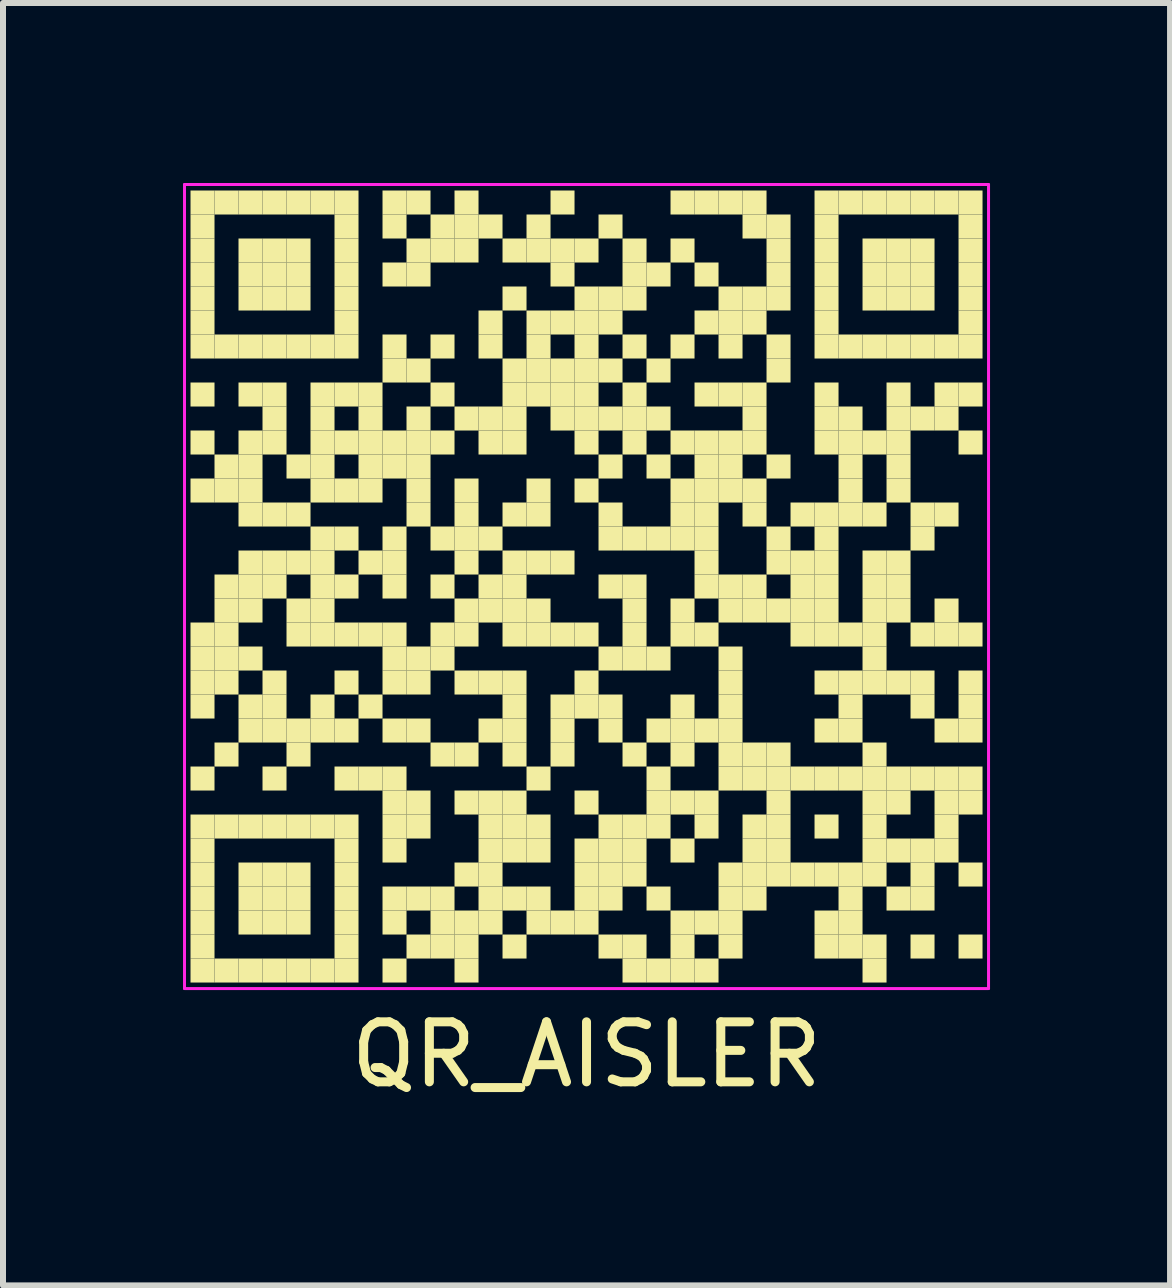
<source format=kicad_pcb>
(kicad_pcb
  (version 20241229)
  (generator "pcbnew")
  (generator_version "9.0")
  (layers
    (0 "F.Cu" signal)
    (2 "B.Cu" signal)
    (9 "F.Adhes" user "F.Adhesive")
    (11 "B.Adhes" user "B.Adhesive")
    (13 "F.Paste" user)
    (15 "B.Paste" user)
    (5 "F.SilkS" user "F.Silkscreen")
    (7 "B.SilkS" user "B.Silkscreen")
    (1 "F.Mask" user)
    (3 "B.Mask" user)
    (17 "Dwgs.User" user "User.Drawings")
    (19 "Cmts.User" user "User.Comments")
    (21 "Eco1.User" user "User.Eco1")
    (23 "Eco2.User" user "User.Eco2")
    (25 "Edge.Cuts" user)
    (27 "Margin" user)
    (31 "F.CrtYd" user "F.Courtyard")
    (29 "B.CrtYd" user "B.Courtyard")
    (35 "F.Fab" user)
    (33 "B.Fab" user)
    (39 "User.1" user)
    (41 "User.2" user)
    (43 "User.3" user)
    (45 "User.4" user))
  (footprint "QR_AISLER"
    (layer "F.Cu")
    (at 6.725 6.725)
    (property "Reference" "QR_AISLER" (at 0 7.8 0) (layer "F.SilkS") (effects (font (size 1 1) (thickness 0.15))))
    (attr through_hole)
    (fp_poly (pts (xy -6.2 -6.2) (xy -6.2 -6.6) (xy -6.6 -6.6) (xy -6.6 -6.2)) (stroke (width 0) (type solid)) (fill yes) (layer "F.SilkS"))
    (fp_poly (pts (xy -6.2 -5.8) (xy -6.2 -6.2) (xy -6.6 -6.2) (xy -6.6 -5.8)) (stroke (width 0) (type solid)) (fill yes) (layer "F.SilkS"))
    (fp_poly (pts (xy -6.2 -5.4) (xy -6.2 -5.8) (xy -6.6 -5.8) (xy -6.6 -5.4)) (stroke (width 0) (type solid)) (fill yes) (layer "F.SilkS"))
    (fp_poly (pts (xy -6.2 -5) (xy -6.2 -5.4) (xy -6.6 -5.4) (xy -6.6 -5)) (stroke (width 0) (type solid)) (fill yes) (layer "F.SilkS"))
    (fp_poly (pts (xy -6.2 -4.6) (xy -6.2 -5) (xy -6.6 -5) (xy -6.6 -4.6)) (stroke (width 0) (type solid)) (fill yes) (layer "F.SilkS"))
    (fp_poly (pts (xy -6.2 -4.2) (xy -6.2 -4.6) (xy -6.6 -4.6) (xy -6.6 -4.2)) (stroke (width 0) (type solid)) (fill yes) (layer "F.SilkS"))
    (fp_poly (pts (xy -6.2 -3.8) (xy -6.2 -4.2) (xy -6.6 -4.2) (xy -6.6 -3.8)) (stroke (width 0) (type solid)) (fill yes) (layer "F.SilkS"))
    (fp_poly (pts (xy -6.2 -3) (xy -6.2 -3.4) (xy -6.6 -3.4) (xy -6.6 -3)) (stroke (width 0) (type solid)) (fill yes) (layer "F.SilkS"))
    (fp_poly (pts (xy -6.2 -2.2) (xy -6.2 -2.6) (xy -6.6 -2.6) (xy -6.6 -2.2)) (stroke (width 0) (type solid)) (fill yes) (layer "F.SilkS"))
    (fp_poly (pts (xy -6.2 -1.4) (xy -6.2 -1.8) (xy -6.6 -1.8) (xy -6.6 -1.4)) (stroke (width 0) (type solid)) (fill yes) (layer "F.SilkS"))
    (fp_poly (pts (xy -6.2 1) (xy -6.2 0.6) (xy -6.6 0.6) (xy -6.6 1)) (stroke (width 0) (type solid)) (fill yes) (layer "F.SilkS"))
    (fp_poly (pts (xy -6.2 1.4) (xy -6.2 1) (xy -6.6 1) (xy -6.6 1.4)) (stroke (width 0) (type solid)) (fill yes) (layer "F.SilkS"))
    (fp_poly (pts (xy -6.2 1.8) (xy -6.2 1.4) (xy -6.6 1.4) (xy -6.6 1.8)) (stroke (width 0) (type solid)) (fill yes) (layer "F.SilkS"))
    (fp_poly (pts (xy -6.2 2.2) (xy -6.2 1.8) (xy -6.6 1.8) (xy -6.6 2.2)) (stroke (width 0) (type solid)) (fill yes) (layer "F.SilkS"))
    (fp_poly (pts (xy -6.2 3.4) (xy -6.2 3) (xy -6.6 3) (xy -6.6 3.4)) (stroke (width 0) (type solid)) (fill yes) (layer "F.SilkS"))
    (fp_poly (pts (xy -6.2 4.2) (xy -6.2 3.8) (xy -6.6 3.8) (xy -6.6 4.2)) (stroke (width 0) (type solid)) (fill yes) (layer "F.SilkS"))
    (fp_poly (pts (xy -6.2 4.6) (xy -6.2 4.2) (xy -6.6 4.2) (xy -6.6 4.6)) (stroke (width 0) (type solid)) (fill yes) (layer "F.SilkS"))
    (fp_poly (pts (xy -6.2 5) (xy -6.2 4.6) (xy -6.6 4.6) (xy -6.6 5)) (stroke (width 0) (type solid)) (fill yes) (layer "F.SilkS"))
    (fp_poly (pts (xy -6.2 5.4) (xy -6.2 5) (xy -6.6 5) (xy -6.6 5.4)) (stroke (width 0) (type solid)) (fill yes) (layer "F.SilkS"))
    (fp_poly (pts (xy -6.2 5.8) (xy -6.2 5.4) (xy -6.6 5.4) (xy -6.6 5.8)) (stroke (width 0) (type solid)) (fill yes) (layer "F.SilkS"))
    (fp_poly (pts (xy -6.2 6.2) (xy -6.2 5.8) (xy -6.6 5.8) (xy -6.6 6.2)) (stroke (width 0) (type solid)) (fill yes) (layer "F.SilkS"))
    (fp_poly (pts (xy -6.2 6.6) (xy -6.2 6.2) (xy -6.6 6.2) (xy -6.6 6.6)) (stroke (width 0) (type solid)) (fill yes) (layer "F.SilkS"))
    (fp_poly (pts (xy -5.8 -6.2) (xy -5.8 -6.6) (xy -6.2 -6.6) (xy -6.2 -6.2)) (stroke (width 0) (type solid)) (fill yes) (layer "F.SilkS"))
    (fp_poly (pts (xy -5.8 -3.8) (xy -5.8 -4.2) (xy -6.2 -4.2) (xy -6.2 -3.8)) (stroke (width 0) (type solid)) (fill yes) (layer "F.SilkS"))
    (fp_poly (pts (xy -5.8 -1.8) (xy -5.8 -2.2) (xy -6.2 -2.2) (xy -6.2 -1.8)) (stroke (width 0) (type solid)) (fill yes) (layer "F.SilkS"))
    (fp_poly (pts (xy -5.8 -1.4) (xy -5.8 -1.8) (xy -6.2 -1.8) (xy -6.2 -1.4)) (stroke (width 0) (type solid)) (fill yes) (layer "F.SilkS"))
    (fp_poly (pts (xy -5.8 0.2) (xy -5.8 -0.2) (xy -6.2 -0.2) (xy -6.2 0.2)) (stroke (width 0) (type solid)) (fill yes) (layer "F.SilkS"))
    (fp_poly (pts (xy -5.8 0.6) (xy -5.8 0.2) (xy -6.2 0.2) (xy -6.2 0.6)) (stroke (width 0) (type solid)) (fill yes) (layer "F.SilkS"))
    (fp_poly (pts (xy -5.8 1) (xy -5.8 0.6) (xy -6.2 0.6) (xy -6.2 1)) (stroke (width 0) (type solid)) (fill yes) (layer "F.SilkS"))
    (fp_poly (pts (xy -5.8 1.4) (xy -5.8 1) (xy -6.2 1) (xy -6.2 1.4)) (stroke (width 0) (type solid)) (fill yes) (layer "F.SilkS"))
    (fp_poly (pts (xy -5.8 1.8) (xy -5.8 1.4) (xy -6.2 1.4) (xy -6.2 1.8)) (stroke (width 0) (type solid)) (fill yes) (layer "F.SilkS"))
    (fp_poly (pts (xy -5.8 3) (xy -5.8 2.6) (xy -6.2 2.6) (xy -6.2 3)) (stroke (width 0) (type solid)) (fill yes) (layer "F.SilkS"))
    (fp_poly (pts (xy -5.8 4.2) (xy -5.8 3.8) (xy -6.2 3.8) (xy -6.2 4.2)) (stroke (width 0) (type solid)) (fill yes) (layer "F.SilkS"))
    (fp_poly (pts (xy -5.8 6.6) (xy -5.8 6.2) (xy -6.2 6.2) (xy -6.2 6.6)) (stroke (width 0) (type solid)) (fill yes) (layer "F.SilkS"))
    (fp_poly (pts (xy -5.4 -6.2) (xy -5.4 -6.6) (xy -5.8 -6.6) (xy -5.8 -6.2)) (stroke (width 0) (type solid)) (fill yes) (layer "F.SilkS"))
    (fp_poly (pts (xy -5.4 -5.4) (xy -5.4 -5.8) (xy -5.8 -5.8) (xy -5.8 -5.4)) (stroke (width 0) (type solid)) (fill yes) (layer "F.SilkS"))
    (fp_poly (pts (xy -5.4 -5) (xy -5.4 -5.4) (xy -5.8 -5.4) (xy -5.8 -5)) (stroke (width 0) (type solid)) (fill yes) (layer "F.SilkS"))
    (fp_poly (pts (xy -5.4 -4.6) (xy -5.4 -5) (xy -5.8 -5) (xy -5.8 -4.6)) (stroke (width 0) (type solid)) (fill yes) (layer "F.SilkS"))
    (fp_poly (pts (xy -5.4 -3.8) (xy -5.4 -4.2) (xy -5.8 -4.2) (xy -5.8 -3.8)) (stroke (width 0) (type solid)) (fill yes) (layer "F.SilkS"))
    (fp_poly (pts (xy -5.4 -3) (xy -5.4 -3.4) (xy -5.8 -3.4) (xy -5.8 -3)) (stroke (width 0) (type solid)) (fill yes) (layer "F.SilkS"))
    (fp_poly (pts (xy -5.4 -2.2) (xy -5.4 -2.6) (xy -5.8 -2.6) (xy -5.8 -2.2)) (stroke (width 0) (type solid)) (fill yes) (layer "F.SilkS"))
    (fp_poly (pts (xy -5.4 -1.8) (xy -5.4 -2.2) (xy -5.8 -2.2) (xy -5.8 -1.8)) (stroke (width 0) (type solid)) (fill yes) (layer "F.SilkS"))
    (fp_poly (pts (xy -5.4 -1.4) (xy -5.4 -1.8) (xy -5.8 -1.8) (xy -5.8 -1.4)) (stroke (width 0) (type solid)) (fill yes) (layer "F.SilkS"))
    (fp_poly (pts (xy -5.4 -1) (xy -5.4 -1.4) (xy -5.8 -1.4) (xy -5.8 -1)) (stroke (width 0) (type solid)) (fill yes) (layer "F.SilkS"))
    (fp_poly (pts (xy -5.4 -0.2) (xy -5.4 -0.6) (xy -5.8 -0.6) (xy -5.8 -0.2)) (stroke (width 0) (type solid)) (fill yes) (layer "F.SilkS"))
    (fp_poly (pts (xy -5.4 0.2) (xy -5.4 -0.2) (xy -5.8 -0.2) (xy -5.8 0.2)) (stroke (width 0) (type solid)) (fill yes) (layer "F.SilkS"))
    (fp_poly (pts (xy -5.4 0.6) (xy -5.4 0.2) (xy -5.8 0.2) (xy -5.8 0.6)) (stroke (width 0) (type solid)) (fill yes) (layer "F.SilkS"))
    (fp_poly (pts (xy -5.4 1.4) (xy -5.4 1) (xy -5.8 1) (xy -5.8 1.4)) (stroke (width 0) (type solid)) (fill yes) (layer "F.SilkS"))
    (fp_poly (pts (xy -5.4 2.2) (xy -5.4 1.8) (xy -5.8 1.8) (xy -5.8 2.2)) (stroke (width 0) (type solid)) (fill yes) (layer "F.SilkS"))
    (fp_poly (pts (xy -5.4 2.6) (xy -5.4 2.2) (xy -5.8 2.2) (xy -5.8 2.6)) (stroke (width 0) (type solid)) (fill yes) (layer "F.SilkS"))
    (fp_poly (pts (xy -5.4 4.2) (xy -5.4 3.8) (xy -5.8 3.8) (xy -5.8 4.2)) (stroke (width 0) (type solid)) (fill yes) (layer "F.SilkS"))
    (fp_poly (pts (xy -5.4 5) (xy -5.4 4.6) (xy -5.8 4.6) (xy -5.8 5)) (stroke (width 0) (type solid)) (fill yes) (layer "F.SilkS"))
    (fp_poly (pts (xy -5.4 5.4) (xy -5.4 5) (xy -5.8 5) (xy -5.8 5.4)) (stroke (width 0) (type solid)) (fill yes) (layer "F.SilkS"))
    (fp_poly (pts (xy -5.4 5.8) (xy -5.4 5.4) (xy -5.8 5.4) (xy -5.8 5.8)) (stroke (width 0) (type solid)) (fill yes) (layer "F.SilkS"))
    (fp_poly (pts (xy -5.4 6.6) (xy -5.4 6.2) (xy -5.8 6.2) (xy -5.8 6.6)) (stroke (width 0) (type solid)) (fill yes) (layer "F.SilkS"))
    (fp_poly (pts (xy -5 -6.2) (xy -5 -6.6) (xy -5.4 -6.6) (xy -5.4 -6.2)) (stroke (width 0) (type solid)) (fill yes) (layer "F.SilkS"))
    (fp_poly (pts (xy -5 -5.4) (xy -5 -5.8) (xy -5.4 -5.8) (xy -5.4 -5.4)) (stroke (width 0) (type solid)) (fill yes) (layer "F.SilkS"))
    (fp_poly (pts (xy -5 -5) (xy -5 -5.4) (xy -5.4 -5.4) (xy -5.4 -5)) (stroke (width 0) (type solid)) (fill yes) (layer "F.SilkS"))
    (fp_poly (pts (xy -5 -4.6) (xy -5 -5) (xy -5.4 -5) (xy -5.4 -4.6)) (stroke (width 0) (type solid)) (fill yes) (layer "F.SilkS"))
    (fp_poly (pts (xy -5 -3.8) (xy -5 -4.2) (xy -5.4 -4.2) (xy -5.4 -3.8)) (stroke (width 0) (type solid)) (fill yes) (layer "F.SilkS"))
    (fp_poly (pts (xy -5 -3) (xy -5 -3.4) (xy -5.4 -3.4) (xy -5.4 -3)) (stroke (width 0) (type solid)) (fill yes) (layer "F.SilkS"))
    (fp_poly (pts (xy -5 -2.6) (xy -5 -3) (xy -5.4 -3) (xy -5.4 -2.6)) (stroke (width 0) (type solid)) (fill yes) (layer "F.SilkS"))
    (fp_poly (pts (xy -5 -2.2) (xy -5 -2.6) (xy -5.4 -2.6) (xy -5.4 -2.2)) (stroke (width 0) (type solid)) (fill yes) (layer "F.SilkS"))
    (fp_poly (pts (xy -5 -1) (xy -5 -1.4) (xy -5.4 -1.4) (xy -5.4 -1)) (stroke (width 0) (type solid)) (fill yes) (layer "F.SilkS"))
    (fp_poly (pts (xy -5 -0.2) (xy -5 -0.6) (xy -5.4 -0.6) (xy -5.4 -0.2)) (stroke (width 0) (type solid)) (fill yes) (layer "F.SilkS"))
    (fp_poly (pts (xy -5 0.2) (xy -5 -0.2) (xy -5.4 -0.2) (xy -5.4 0.2)) (stroke (width 0) (type solid)) (fill yes) (layer "F.SilkS"))
    (fp_poly (pts (xy -5 1.8) (xy -5 1.4) (xy -5.4 1.4) (xy -5.4 1.8)) (stroke (width 0) (type solid)) (fill yes) (layer "F.SilkS"))
    (fp_poly (pts (xy -5 2.2) (xy -5 1.8) (xy -5.4 1.8) (xy -5.4 2.2)) (stroke (width 0) (type solid)) (fill yes) (layer "F.SilkS"))
    (fp_poly (pts (xy -5 2.6) (xy -5 2.2) (xy -5.4 2.2) (xy -5.4 2.6)) (stroke (width 0) (type solid)) (fill yes) (layer "F.SilkS"))
    (fp_poly (pts (xy -5 3.4) (xy -5 3) (xy -5.4 3) (xy -5.4 3.4)) (stroke (width 0) (type solid)) (fill yes) (layer "F.SilkS"))
    (fp_poly (pts (xy -5 4.2) (xy -5 3.8) (xy -5.4 3.8) (xy -5.4 4.2)) (stroke (width 0) (type solid)) (fill yes) (layer "F.SilkS"))
    (fp_poly (pts (xy -5 5) (xy -5 4.6) (xy -5.4 4.6) (xy -5.4 5)) (stroke (width 0) (type solid)) (fill yes) (layer "F.SilkS"))
    (fp_poly (pts (xy -5 5.4) (xy -5 5) (xy -5.4 5) (xy -5.4 5.4)) (stroke (width 0) (type solid)) (fill yes) (layer "F.SilkS"))
    (fp_poly (pts (xy -5 5.8) (xy -5 5.4) (xy -5.4 5.4) (xy -5.4 5.8)) (stroke (width 0) (type solid)) (fill yes) (layer "F.SilkS"))
    (fp_poly (pts (xy -5 6.6) (xy -5 6.2) (xy -5.4 6.2) (xy -5.4 6.6)) (stroke (width 0) (type solid)) (fill yes) (layer "F.SilkS"))
    (fp_poly (pts (xy -4.6 -6.2) (xy -4.6 -6.6) (xy -5 -6.6) (xy -5 -6.2)) (stroke (width 0) (type solid)) (fill yes) (layer "F.SilkS"))
    (fp_poly (pts (xy -4.6 -5.4) (xy -4.6 -5.8) (xy -5 -5.8) (xy -5 -5.4)) (stroke (width 0) (type solid)) (fill yes) (layer "F.SilkS"))
    (fp_poly (pts (xy -4.6 -5) (xy -4.6 -5.4) (xy -5 -5.4) (xy -5 -5)) (stroke (width 0) (type solid)) (fill yes) (layer "F.SilkS"))
    (fp_poly (pts (xy -4.6 -4.6) (xy -4.6 -5) (xy -5 -5) (xy -5 -4.6)) (stroke (width 0) (type solid)) (fill yes) (layer "F.SilkS"))
    (fp_poly (pts (xy -4.6 -3.8) (xy -4.6 -4.2) (xy -5 -4.2) (xy -5 -3.8)) (stroke (width 0) (type solid)) (fill yes) (layer "F.SilkS"))
    (fp_poly (pts (xy -4.6 -1.8) (xy -4.6 -2.2) (xy -5 -2.2) (xy -5 -1.8)) (stroke (width 0) (type solid)) (fill yes) (layer "F.SilkS"))
    (fp_poly (pts (xy -4.6 -1) (xy -4.6 -1.4) (xy -5 -1.4) (xy -5 -1)) (stroke (width 0) (type solid)) (fill yes) (layer "F.SilkS"))
    (fp_poly (pts (xy -4.6 -0.2) (xy -4.6 -0.6) (xy -5 -0.6) (xy -5 -0.2)) (stroke (width 0) (type solid)) (fill yes) (layer "F.SilkS"))
    (fp_poly (pts (xy -4.6 0.6) (xy -4.6 0.2) (xy -5 0.2) (xy -5 0.6)) (stroke (width 0) (type solid)) (fill yes) (layer "F.SilkS"))
    (fp_poly (pts (xy -4.6 1) (xy -4.6 0.6) (xy -5 0.6) (xy -5 1)) (stroke (width 0) (type solid)) (fill yes) (layer "F.SilkS"))
    (fp_poly (pts (xy -4.6 2.6) (xy -4.6 2.2) (xy -5 2.2) (xy -5 2.6)) (stroke (width 0) (type solid)) (fill yes) (layer "F.SilkS"))
    (fp_poly (pts (xy -4.6 3) (xy -4.6 2.6) (xy -5 2.6) (xy -5 3)) (stroke (width 0) (type solid)) (fill yes) (layer "F.SilkS"))
    (fp_poly (pts (xy -4.6 4.2) (xy -4.6 3.8) (xy -5 3.8) (xy -5 4.2)) (stroke (width 0) (type solid)) (fill yes) (layer "F.SilkS"))
    (fp_poly (pts (xy -4.6 5) (xy -4.6 4.6) (xy -5 4.6) (xy -5 5)) (stroke (width 0) (type solid)) (fill yes) (layer "F.SilkS"))
    (fp_poly (pts (xy -4.6 5.4) (xy -4.6 5) (xy -5 5) (xy -5 5.4)) (stroke (width 0) (type solid)) (fill yes) (layer "F.SilkS"))
    (fp_poly (pts (xy -4.6 5.8) (xy -4.6 5.4) (xy -5 5.4) (xy -5 5.8)) (stroke (width 0) (type solid)) (fill yes) (layer "F.SilkS"))
    (fp_poly (pts (xy -4.6 6.6) (xy -4.6 6.2) (xy -5 6.2) (xy -5 6.6)) (stroke (width 0) (type solid)) (fill yes) (layer "F.SilkS"))
    (fp_poly (pts (xy -4.2 -6.2) (xy -4.2 -6.6) (xy -4.6 -6.6) (xy -4.6 -6.2)) (stroke (width 0) (type solid)) (fill yes) (layer "F.SilkS"))
    (fp_poly (pts (xy -4.2 -3.8) (xy -4.2 -4.2) (xy -4.6 -4.2) (xy -4.6 -3.8)) (stroke (width 0) (type solid)) (fill yes) (layer "F.SilkS"))
    (fp_poly (pts (xy -4.2 -3) (xy -4.2 -3.4) (xy -4.6 -3.4) (xy -4.6 -3)) (stroke (width 0) (type solid)) (fill yes) (layer "F.SilkS"))
    (fp_poly (pts (xy -4.2 -2.6) (xy -4.2 -3) (xy -4.6 -3) (xy -4.6 -2.6)) (stroke (width 0) (type solid)) (fill yes) (layer "F.SilkS"))
    (fp_poly (pts (xy -4.2 -2.2) (xy -4.2 -2.6) (xy -4.6 -2.6) (xy -4.6 -2.2)) (stroke (width 0) (type solid)) (fill yes) (layer "F.SilkS"))
    (fp_poly (pts (xy -4.2 -1.8) (xy -4.2 -2.2) (xy -4.6 -2.2) (xy -4.6 -1.8)) (stroke (width 0) (type solid)) (fill yes) (layer "F.SilkS"))
    (fp_poly (pts (xy -4.2 -1.4) (xy -4.2 -1.8) (xy -4.6 -1.8) (xy -4.6 -1.4)) (stroke (width 0) (type solid)) (fill yes) (layer "F.SilkS"))
    (fp_poly (pts (xy -4.2 -0.6) (xy -4.2 -1) (xy -4.6 -1) (xy -4.6 -0.6)) (stroke (width 0) (type solid)) (fill yes) (layer "F.SilkS"))
    (fp_poly (pts (xy -4.2 -0.2) (xy -4.2 -0.6) (xy -4.6 -0.6) (xy -4.6 -0.2)) (stroke (width 0) (type solid)) (fill yes) (layer "F.SilkS"))
    (fp_poly (pts (xy -4.2 0.2) (xy -4.2 -0.2) (xy -4.6 -0.2) (xy -4.6 0.2)) (stroke (width 0) (type solid)) (fill yes) (layer "F.SilkS"))
    (fp_poly (pts (xy -4.2 0.6) (xy -4.2 0.2) (xy -4.6 0.2) (xy -4.6 0.6)) (stroke (width 0) (type solid)) (fill yes) (layer "F.SilkS"))
    (fp_poly (pts (xy -4.2 1) (xy -4.2 0.6) (xy -4.6 0.6) (xy -4.6 1)) (stroke (width 0) (type solid)) (fill yes) (layer "F.SilkS"))
    (fp_poly (pts (xy -4.2 2.2) (xy -4.2 1.8) (xy -4.6 1.8) (xy -4.6 2.2)) (stroke (width 0) (type solid)) (fill yes) (layer "F.SilkS"))
    (fp_poly (pts (xy -4.2 2.6) (xy -4.2 2.2) (xy -4.6 2.2) (xy -4.6 2.6)) (stroke (width 0) (type solid)) (fill yes) (layer "F.SilkS"))
    (fp_poly (pts (xy -4.2 4.2) (xy -4.2 3.8) (xy -4.6 3.8) (xy -4.6 4.2)) (stroke (width 0) (type solid)) (fill yes) (layer "F.SilkS"))
    (fp_poly (pts (xy -4.2 6.6) (xy -4.2 6.2) (xy -4.6 6.2) (xy -4.6 6.6)) (stroke (width 0) (type solid)) (fill yes) (layer "F.SilkS"))
    (fp_poly (pts (xy -3.8 -6.2) (xy -3.8 -6.6) (xy -4.2 -6.6) (xy -4.2 -6.2)) (stroke (width 0) (type solid)) (fill yes) (layer "F.SilkS"))
    (fp_poly (pts (xy -3.8 -5.8) (xy -3.8 -6.2) (xy -4.2 -6.2) (xy -4.2 -5.8)) (stroke (width 0) (type solid)) (fill yes) (layer "F.SilkS"))
    (fp_poly (pts (xy -3.8 -5.4) (xy -3.8 -5.8) (xy -4.2 -5.8) (xy -4.2 -5.4)) (stroke (width 0) (type solid)) (fill yes) (layer "F.SilkS"))
    (fp_poly (pts (xy -3.8 -5) (xy -3.8 -5.4) (xy -4.2 -5.4) (xy -4.2 -5)) (stroke (width 0) (type solid)) (fill yes) (layer "F.SilkS"))
    (fp_poly (pts (xy -3.8 -4.6) (xy -3.8 -5) (xy -4.2 -5) (xy -4.2 -4.6)) (stroke (width 0) (type solid)) (fill yes) (layer "F.SilkS"))
    (fp_poly (pts (xy -3.8 -4.2) (xy -3.8 -4.6) (xy -4.2 -4.6) (xy -4.2 -4.2)) (stroke (width 0) (type solid)) (fill yes) (layer "F.SilkS"))
    (fp_poly (pts (xy -3.8 -3.8) (xy -3.8 -4.2) (xy -4.2 -4.2) (xy -4.2 -3.8)) (stroke (width 0) (type solid)) (fill yes) (layer "F.SilkS"))
    (fp_poly (pts (xy -3.8 -3) (xy -3.8 -3.4) (xy -4.2 -3.4) (xy -4.2 -3)) (stroke (width 0) (type solid)) (fill yes) (layer "F.SilkS"))
    (fp_poly (pts (xy -3.8 -2.2) (xy -3.8 -2.6) (xy -4.2 -2.6) (xy -4.2 -2.2)) (stroke (width 0) (type solid)) (fill yes) (layer "F.SilkS"))
    (fp_poly (pts (xy -3.8 -1.4) (xy -3.8 -1.8) (xy -4.2 -1.8) (xy -4.2 -1.4)) (stroke (width 0) (type solid)) (fill yes) (layer "F.SilkS"))
    (fp_poly (pts (xy -3.8 -0.6) (xy -3.8 -1) (xy -4.2 -1) (xy -4.2 -0.6)) (stroke (width 0) (type solid)) (fill yes) (layer "F.SilkS"))
    (fp_poly (pts (xy -3.8 0.2) (xy -3.8 -0.2) (xy -4.2 -0.2) (xy -4.2 0.2)) (stroke (width 0) (type solid)) (fill yes) (layer "F.SilkS"))
    (fp_poly (pts (xy -3.8 1) (xy -3.8 0.6) (xy -4.2 0.6) (xy -4.2 1)) (stroke (width 0) (type solid)) (fill yes) (layer "F.SilkS"))
    (fp_poly (pts (xy -3.8 1.8) (xy -3.8 1.4) (xy -4.2 1.4) (xy -4.2 1.8)) (stroke (width 0) (type solid)) (fill yes) (layer "F.SilkS"))
    (fp_poly (pts (xy -3.8 2.6) (xy -3.8 2.2) (xy -4.2 2.2) (xy -4.2 2.6)) (stroke (width 0) (type solid)) (fill yes) (layer "F.SilkS"))
    (fp_poly (pts (xy -3.8 3.4) (xy -3.8 3) (xy -4.2 3) (xy -4.2 3.4)) (stroke (width 0) (type solid)) (fill yes) (layer "F.SilkS"))
    (fp_poly (pts (xy -3.8 4.2) (xy -3.8 3.8) (xy -4.2 3.8) (xy -4.2 4.2)) (stroke (width 0) (type solid)) (fill yes) (layer "F.SilkS"))
    (fp_poly (pts (xy -3.8 4.6) (xy -3.8 4.2) (xy -4.2 4.2) (xy -4.2 4.6)) (stroke (width 0) (type solid)) (fill yes) (layer "F.SilkS"))
    (fp_poly (pts (xy -3.8 5) (xy -3.8 4.6) (xy -4.2 4.6) (xy -4.2 5)) (stroke (width 0) (type solid)) (fill yes) (layer "F.SilkS"))
    (fp_poly (pts (xy -3.8 5.4) (xy -3.8 5) (xy -4.2 5) (xy -4.2 5.4)) (stroke (width 0) (type solid)) (fill yes) (layer "F.SilkS"))
    (fp_poly (pts (xy -3.8 5.8) (xy -3.8 5.4) (xy -4.2 5.4) (xy -4.2 5.8)) (stroke (width 0) (type solid)) (fill yes) (layer "F.SilkS"))
    (fp_poly (pts (xy -3.8 6.2) (xy -3.8 5.8) (xy -4.2 5.8) (xy -4.2 6.2)) (stroke (width 0) (type solid)) (fill yes) (layer "F.SilkS"))
    (fp_poly (pts (xy -3.8 6.6) (xy -3.8 6.2) (xy -4.2 6.2) (xy -4.2 6.6)) (stroke (width 0) (type solid)) (fill yes) (layer "F.SilkS"))
    (fp_poly (pts (xy -3.4 -3) (xy -3.4 -3.4) (xy -3.8 -3.4) (xy -3.8 -3)) (stroke (width 0) (type solid)) (fill yes) (layer "F.SilkS"))
    (fp_poly (pts (xy -3.4 -2.6) (xy -3.4 -3) (xy -3.8 -3) (xy -3.8 -2.6)) (stroke (width 0) (type solid)) (fill yes) (layer "F.SilkS"))
    (fp_poly (pts (xy -3.4 -2.2) (xy -3.4 -2.6) (xy -3.8 -2.6) (xy -3.8 -2.2)) (stroke (width 0) (type solid)) (fill yes) (layer "F.SilkS"))
    (fp_poly (pts (xy -3.4 -1.8) (xy -3.4 -2.2) (xy -3.8 -2.2) (xy -3.8 -1.8)) (stroke (width 0) (type solid)) (fill yes) (layer "F.SilkS"))
    (fp_poly (pts (xy -3.4 -1.4) (xy -3.4 -1.8) (xy -3.8 -1.8) (xy -3.8 -1.4)) (stroke (width 0) (type solid)) (fill yes) (layer "F.SilkS"))
    (fp_poly (pts (xy -3.4 -0.2) (xy -3.4 -0.6) (xy -3.8 -0.6) (xy -3.8 -0.2)) (stroke (width 0) (type solid)) (fill yes) (layer "F.SilkS"))
    (fp_poly (pts (xy -3.4 1) (xy -3.4 0.6) (xy -3.8 0.6) (xy -3.8 1)) (stroke (width 0) (type solid)) (fill yes) (layer "F.SilkS"))
    (fp_poly (pts (xy -3.4 2.2) (xy -3.4 1.8) (xy -3.8 1.8) (xy -3.8 2.2)) (stroke (width 0) (type solid)) (fill yes) (layer "F.SilkS"))
    (fp_poly (pts (xy -3.4 3.4) (xy -3.4 3) (xy -3.8 3) (xy -3.8 3.4)) (stroke (width 0) (type solid)) (fill yes) (layer "F.SilkS"))
    (fp_poly (pts (xy -3 -6.2) (xy -3 -6.6) (xy -3.4 -6.6) (xy -3.4 -6.2)) (stroke (width 0) (type solid)) (fill yes) (layer "F.SilkS"))
    (fp_poly (pts (xy -3 -5.8) (xy -3 -6.2) (xy -3.4 -6.2) (xy -3.4 -5.8)) (stroke (width 0) (type solid)) (fill yes) (layer "F.SilkS"))
    (fp_poly (pts (xy -3 -5) (xy -3 -5.4) (xy -3.4 -5.4) (xy -3.4 -5)) (stroke (width 0) (type solid)) (fill yes) (layer "F.SilkS"))
    (fp_poly (pts (xy -3 -3.8) (xy -3 -4.2) (xy -3.4 -4.2) (xy -3.4 -3.8)) (stroke (width 0) (type solid)) (fill yes) (layer "F.SilkS"))
    (fp_poly (pts (xy -3 -3.4) (xy -3 -3.8) (xy -3.4 -3.8) (xy -3.4 -3.4)) (stroke (width 0) (type solid)) (fill yes) (layer "F.SilkS"))
    (fp_poly (pts (xy -3 -2.2) (xy -3 -2.6) (xy -3.4 -2.6) (xy -3.4 -2.2)) (stroke (width 0) (type solid)) (fill yes) (layer "F.SilkS"))
    (fp_poly (pts (xy -3 -1.8) (xy -3 -2.2) (xy -3.4 -2.2) (xy -3.4 -1.8)) (stroke (width 0) (type solid)) (fill yes) (layer "F.SilkS"))
    (fp_poly (pts (xy -3 -0.6) (xy -3 -1) (xy -3.4 -1) (xy -3.4 -0.6)) (stroke (width 0) (type solid)) (fill yes) (layer "F.SilkS"))
    (fp_poly (pts (xy -3 -0.2) (xy -3 -0.6) (xy -3.4 -0.6) (xy -3.4 -0.2)) (stroke (width 0) (type solid)) (fill yes) (layer "F.SilkS"))
    (fp_poly (pts (xy -3 0.2) (xy -3 -0.2) (xy -3.4 -0.2) (xy -3.4 0.2)) (stroke (width 0) (type solid)) (fill yes) (layer "F.SilkS"))
    (fp_poly (pts (xy -3 1) (xy -3 0.6) (xy -3.4 0.6) (xy -3.4 1)) (stroke (width 0) (type solid)) (fill yes) (layer "F.SilkS"))
    (fp_poly (pts (xy -3 1.4) (xy -3 1) (xy -3.4 1) (xy -3.4 1.4)) (stroke (width 0) (type solid)) (fill yes) (layer "F.SilkS"))
    (fp_poly (pts (xy -3 1.8) (xy -3 1.4) (xy -3.4 1.4) (xy -3.4 1.8)) (stroke (width 0) (type solid)) (fill yes) (layer "F.SilkS"))
    (fp_poly (pts (xy -3 2.6) (xy -3 2.2) (xy -3.4 2.2) (xy -3.4 2.6)) (stroke (width 0) (type solid)) (fill yes) (layer "F.SilkS"))
    (fp_poly (pts (xy -3 3.4) (xy -3 3) (xy -3.4 3) (xy -3.4 3.4)) (stroke (width 0) (type solid)) (fill yes) (layer "F.SilkS"))
    (fp_poly (pts (xy -3 3.8) (xy -3 3.4) (xy -3.4 3.4) (xy -3.4 3.8)) (stroke (width 0) (type solid)) (fill yes) (layer "F.SilkS"))
    (fp_poly (pts (xy -3 4.2) (xy -3 3.8) (xy -3.4 3.8) (xy -3.4 4.2)) (stroke (width 0) (type solid)) (fill yes) (layer "F.SilkS"))
    (fp_poly (pts (xy -3 4.6) (xy -3 4.2) (xy -3.4 4.2) (xy -3.4 4.6)) (stroke (width 0) (type solid)) (fill yes) (layer "F.SilkS"))
    (fp_poly (pts (xy -3 5.4) (xy -3 5) (xy -3.4 5) (xy -3.4 5.4)) (stroke (width 0) (type solid)) (fill yes) (layer "F.SilkS"))
    (fp_poly (pts (xy -3 5.8) (xy -3 5.4) (xy -3.4 5.4) (xy -3.4 5.8)) (stroke (width 0) (type solid)) (fill yes) (layer "F.SilkS"))
    (fp_poly (pts (xy -3 6.6) (xy -3 6.2) (xy -3.4 6.2) (xy -3.4 6.6)) (stroke (width 0) (type solid)) (fill yes) (layer "F.SilkS"))
    (fp_poly (pts (xy -2.6 -6.2) (xy -2.6 -6.6) (xy -3 -6.6) (xy -3 -6.2)) (stroke (width 0) (type solid)) (fill yes) (layer "F.SilkS"))
    (fp_poly (pts (xy -2.6 -5.4) (xy -2.6 -5.8) (xy -3 -5.8) (xy -3 -5.4)) (stroke (width 0) (type solid)) (fill yes) (layer "F.SilkS"))
    (fp_poly (pts (xy -2.6 -5) (xy -2.6 -5.4) (xy -3 -5.4) (xy -3 -5)) (stroke (width 0) (type solid)) (fill yes) (layer "F.SilkS"))
    (fp_poly (pts (xy -2.6 -3.4) (xy -2.6 -3.8) (xy -3 -3.8) (xy -3 -3.4)) (stroke (width 0) (type solid)) (fill yes) (layer "F.SilkS"))
    (fp_poly (pts (xy -2.6 -2.6) (xy -2.6 -3) (xy -3 -3) (xy -3 -2.6)) (stroke (width 0) (type solid)) (fill yes) (layer "F.SilkS"))
    (fp_poly (pts (xy -2.6 -2.2) (xy -2.6 -2.6) (xy -3 -2.6) (xy -3 -2.2)) (stroke (width 0) (type solid)) (fill yes) (layer "F.SilkS"))
    (fp_poly (pts (xy -2.6 -1.8) (xy -2.6 -2.2) (xy -3 -2.2) (xy -3 -1.8)) (stroke (width 0) (type solid)) (fill yes) (layer "F.SilkS"))
    (fp_poly (pts (xy -2.6 -1.4) (xy -2.6 -1.8) (xy -3 -1.8) (xy -3 -1.4)) (stroke (width 0) (type solid)) (fill yes) (layer "F.SilkS"))
    (fp_poly (pts (xy -2.6 -1) (xy -2.6 -1.4) (xy -3 -1.4) (xy -3 -1)) (stroke (width 0) (type solid)) (fill yes) (layer "F.SilkS"))
    (fp_poly (pts (xy -2.6 1.4) (xy -2.6 1) (xy -3 1) (xy -3 1.4)) (stroke (width 0) (type solid)) (fill yes) (layer "F.SilkS"))
    (fp_poly (pts (xy -2.6 1.8) (xy -2.6 1.4) (xy -3 1.4) (xy -3 1.8)) (stroke (width 0) (type solid)) (fill yes) (layer "F.SilkS"))
    (fp_poly (pts (xy -2.6 2.6) (xy -2.6 2.2) (xy -3 2.2) (xy -3 2.6)) (stroke (width 0) (type solid)) (fill yes) (layer "F.SilkS"))
    (fp_poly (pts (xy -2.6 3.8) (xy -2.6 3.4) (xy -3 3.4) (xy -3 3.8)) (stroke (width 0) (type solid)) (fill yes) (layer "F.SilkS"))
    (fp_poly (pts (xy -2.6 4.2) (xy -2.6 3.8) (xy -3 3.8) (xy -3 4.2)) (stroke (width 0) (type solid)) (fill yes) (layer "F.SilkS"))
    (fp_poly (pts (xy -2.6 5.4) (xy -2.6 5) (xy -3 5) (xy -3 5.4)) (stroke (width 0) (type solid)) (fill yes) (layer "F.SilkS"))
    (fp_poly (pts (xy -2.6 6.2) (xy -2.6 5.8) (xy -3 5.8) (xy -3 6.2)) (stroke (width 0) (type solid)) (fill yes) (layer "F.SilkS"))
    (fp_poly (pts (xy -2.2 -5.8) (xy -2.2 -6.2) (xy -2.6 -6.2) (xy -2.6 -5.8)) (stroke (width 0) (type solid)) (fill yes) (layer "F.SilkS"))
    (fp_poly (pts (xy -2.2 -5.4) (xy -2.2 -5.8) (xy -2.6 -5.8) (xy -2.6 -5.4)) (stroke (width 0) (type solid)) (fill yes) (layer "F.SilkS"))
    (fp_poly (pts (xy -2.2 -3.8) (xy -2.2 -4.2) (xy -2.6 -4.2) (xy -2.6 -3.8)) (stroke (width 0) (type solid)) (fill yes) (layer "F.SilkS"))
    (fp_poly (pts (xy -2.2 -3) (xy -2.2 -3.4) (xy -2.6 -3.4) (xy -2.6 -3)) (stroke (width 0) (type solid)) (fill yes) (layer "F.SilkS"))
    (fp_poly (pts (xy -2.2 -2.2) (xy -2.2 -2.6) (xy -2.6 -2.6) (xy -2.6 -2.2)) (stroke (width 0) (type solid)) (fill yes) (layer "F.SilkS"))
    (fp_poly (pts (xy -2.2 -0.6) (xy -2.2 -1) (xy -2.6 -1) (xy -2.6 -0.6)) (stroke (width 0) (type solid)) (fill yes) (layer "F.SilkS"))
    (fp_poly (pts (xy -2.2 0.2) (xy -2.2 -0.2) (xy -2.6 -0.2) (xy -2.6 0.2)) (stroke (width 0) (type solid)) (fill yes) (layer "F.SilkS"))
    (fp_poly (pts (xy -2.2 1) (xy -2.2 0.6) (xy -2.6 0.6) (xy -2.6 1)) (stroke (width 0) (type solid)) (fill yes) (layer "F.SilkS"))
    (fp_poly (pts (xy -2.2 1.4) (xy -2.2 1) (xy -2.6 1) (xy -2.6 1.4)) (stroke (width 0) (type solid)) (fill yes) (layer "F.SilkS"))
    (fp_poly (pts (xy -2.2 3) (xy -2.2 2.6) (xy -2.6 2.6) (xy -2.6 3)) (stroke (width 0) (type solid)) (fill yes) (layer "F.SilkS"))
    (fp_poly (pts (xy -2.2 5.4) (xy -2.2 5) (xy -2.6 5) (xy -2.6 5.4)) (stroke (width 0) (type solid)) (fill yes) (layer "F.SilkS"))
    (fp_poly (pts (xy -2.2 5.8) (xy -2.2 5.4) (xy -2.6 5.4) (xy -2.6 5.8)) (stroke (width 0) (type solid)) (fill yes) (layer "F.SilkS"))
    (fp_poly (pts (xy -2.2 6.2) (xy -2.2 5.8) (xy -2.6 5.8) (xy -2.6 6.2)) (stroke (width 0) (type solid)) (fill yes) (layer "F.SilkS"))
    (fp_poly (pts (xy -1.8 -6.2) (xy -1.8 -6.6) (xy -2.2 -6.6) (xy -2.2 -6.2)) (stroke (width 0) (type solid)) (fill yes) (layer "F.SilkS"))
    (fp_poly (pts (xy -1.8 -5.8) (xy -1.8 -6.2) (xy -2.2 -6.2) (xy -2.2 -5.8)) (stroke (width 0) (type solid)) (fill yes) (layer "F.SilkS"))
    (fp_poly (pts (xy -1.8 -5.4) (xy -1.8 -5.8) (xy -2.2 -5.8) (xy -2.2 -5.4)) (stroke (width 0) (type solid)) (fill yes) (layer "F.SilkS"))
    (fp_poly (pts (xy -1.8 -2.6) (xy -1.8 -3) (xy -2.2 -3) (xy -2.2 -2.6)) (stroke (width 0) (type solid)) (fill yes) (layer "F.SilkS"))
    (fp_poly (pts (xy -1.8 -1.4) (xy -1.8 -1.8) (xy -2.2 -1.8) (xy -2.2 -1.4)) (stroke (width 0) (type solid)) (fill yes) (layer "F.SilkS"))
    (fp_poly (pts (xy -1.8 -1) (xy -1.8 -1.4) (xy -2.2 -1.4) (xy -2.2 -1)) (stroke (width 0) (type solid)) (fill yes) (layer "F.SilkS"))
    (fp_poly (pts (xy -1.8 -0.6) (xy -1.8 -1) (xy -2.2 -1) (xy -2.2 -0.6)) (stroke (width 0) (type solid)) (fill yes) (layer "F.SilkS"))
    (fp_poly (pts (xy -1.8 -0.2) (xy -1.8 -0.6) (xy -2.2 -0.6) (xy -2.2 -0.2)) (stroke (width 0) (type solid)) (fill yes) (layer "F.SilkS"))
    (fp_poly (pts (xy -1.8 0.6) (xy -1.8 0.2) (xy -2.2 0.2) (xy -2.2 0.6)) (stroke (width 0) (type solid)) (fill yes) (layer "F.SilkS"))
    (fp_poly (pts (xy -1.8 1) (xy -1.8 0.6) (xy -2.2 0.6) (xy -2.2 1)) (stroke (width 0) (type solid)) (fill yes) (layer "F.SilkS"))
    (fp_poly (pts (xy -1.8 1.8) (xy -1.8 1.4) (xy -2.2 1.4) (xy -2.2 1.8)) (stroke (width 0) (type solid)) (fill yes) (layer "F.SilkS"))
    (fp_poly (pts (xy -1.8 3) (xy -1.8 2.6) (xy -2.2 2.6) (xy -2.2 3)) (stroke (width 0) (type solid)) (fill yes) (layer "F.SilkS"))
    (fp_poly (pts (xy -1.8 3.8) (xy -1.8 3.4) (xy -2.2 3.4) (xy -2.2 3.8)) (stroke (width 0) (type solid)) (fill yes) (layer "F.SilkS"))
    (fp_poly (pts (xy -1.8 5) (xy -1.8 4.6) (xy -2.2 4.6) (xy -2.2 5)) (stroke (width 0) (type solid)) (fill yes) (layer "F.SilkS"))
    (fp_poly (pts (xy -1.8 5.8) (xy -1.8 5.4) (xy -2.2 5.4) (xy -2.2 5.8)) (stroke (width 0) (type solid)) (fill yes) (layer "F.SilkS"))
    (fp_poly (pts (xy -1.8 6.2) (xy -1.8 5.8) (xy -2.2 5.8) (xy -2.2 6.2)) (stroke (width 0) (type solid)) (fill yes) (layer "F.SilkS"))
    (fp_poly (pts (xy -1.8 6.6) (xy -1.8 6.2) (xy -2.2 6.2) (xy -2.2 6.6)) (stroke (width 0) (type solid)) (fill yes) (layer "F.SilkS"))
    (fp_poly (pts (xy -1.4 -5.8) (xy -1.4 -6.2) (xy -1.8 -6.2) (xy -1.8 -5.8)) (stroke (width 0) (type solid)) (fill yes) (layer "F.SilkS"))
    (fp_poly (pts (xy -1.4 -4.2) (xy -1.4 -4.6) (xy -1.8 -4.6) (xy -1.8 -4.2)) (stroke (width 0) (type solid)) (fill yes) (layer "F.SilkS"))
    (fp_poly (pts (xy -1.4 -3.8) (xy -1.4 -4.2) (xy -1.8 -4.2) (xy -1.8 -3.8)) (stroke (width 0) (type solid)) (fill yes) (layer "F.SilkS"))
    (fp_poly (pts (xy -1.4 -2.6) (xy -1.4 -3) (xy -1.8 -3) (xy -1.8 -2.6)) (stroke (width 0) (type solid)) (fill yes) (layer "F.SilkS"))
    (fp_poly (pts (xy -1.4 -2.2) (xy -1.4 -2.6) (xy -1.8 -2.6) (xy -1.8 -2.2)) (stroke (width 0) (type solid)) (fill yes) (layer "F.SilkS"))
    (fp_poly (pts (xy -1.4 -0.6) (xy -1.4 -1) (xy -1.8 -1) (xy -1.8 -0.6)) (stroke (width 0) (type solid)) (fill yes) (layer "F.SilkS"))
    (fp_poly (pts (xy -1.4 0.2) (xy -1.4 -0.2) (xy -1.8 -0.2) (xy -1.8 0.2)) (stroke (width 0) (type solid)) (fill yes) (layer "F.SilkS"))
    (fp_poly (pts (xy -1.4 0.6) (xy -1.4 0.2) (xy -1.8 0.2) (xy -1.8 0.6)) (stroke (width 0) (type solid)) (fill yes) (layer "F.SilkS"))
    (fp_poly (pts (xy -1.4 1.8) (xy -1.4 1.4) (xy -1.8 1.4) (xy -1.8 1.8)) (stroke (width 0) (type solid)) (fill yes) (layer "F.SilkS"))
    (fp_poly (pts (xy -1.4 2.6) (xy -1.4 2.2) (xy -1.8 2.2) (xy -1.8 2.6)) (stroke (width 0) (type solid)) (fill yes) (layer "F.SilkS"))
    (fp_poly (pts (xy -1.4 3.8) (xy -1.4 3.4) (xy -1.8 3.4) (xy -1.8 3.8)) (stroke (width 0) (type solid)) (fill yes) (layer "F.SilkS"))
    (fp_poly (pts (xy -1.4 4.2) (xy -1.4 3.8) (xy -1.8 3.8) (xy -1.8 4.2)) (stroke (width 0) (type solid)) (fill yes) (layer "F.SilkS"))
    (fp_poly (pts (xy -1.4 4.6) (xy -1.4 4.2) (xy -1.8 4.2) (xy -1.8 4.6)) (stroke (width 0) (type solid)) (fill yes) (layer "F.SilkS"))
    (fp_poly (pts (xy -1.4 5) (xy -1.4 4.6) (xy -1.8 4.6) (xy -1.8 5)) (stroke (width 0) (type solid)) (fill yes) (layer "F.SilkS"))
    (fp_poly (pts (xy -1.4 5.4) (xy -1.4 5) (xy -1.8 5) (xy -1.8 5.4)) (stroke (width 0) (type solid)) (fill yes) (layer "F.SilkS"))
    (fp_poly (pts (xy -1.4 5.8) (xy -1.4 5.4) (xy -1.8 5.4) (xy -1.8 5.8)) (stroke (width 0) (type solid)) (fill yes) (layer "F.SilkS"))
    (fp_poly (pts (xy -1 -5.4) (xy -1 -5.8) (xy -1.4 -5.8) (xy -1.4 -5.4)) (stroke (width 0) (type solid)) (fill yes) (layer "F.SilkS"))
    (fp_poly (pts (xy -1 -4.6) (xy -1 -5) (xy -1.4 -5) (xy -1.4 -4.6)) (stroke (width 0) (type solid)) (fill yes) (layer "F.SilkS"))
    (fp_poly (pts (xy -1 -3.4) (xy -1 -3.8) (xy -1.4 -3.8) (xy -1.4 -3.4)) (stroke (width 0) (type solid)) (fill yes) (layer "F.SilkS"))
    (fp_poly (pts (xy -1 -3) (xy -1 -3.4) (xy -1.4 -3.4) (xy -1.4 -3)) (stroke (width 0) (type solid)) (fill yes) (layer "F.SilkS"))
    (fp_poly (pts (xy -1 -2.6) (xy -1 -3) (xy -1.4 -3) (xy -1.4 -2.6)) (stroke (width 0) (type solid)) (fill yes) (layer "F.SilkS"))
    (fp_poly (pts (xy -1 -2.2) (xy -1 -2.6) (xy -1.4 -2.6) (xy -1.4 -2.2)) (stroke (width 0) (type solid)) (fill yes) (layer "F.SilkS"))
    (fp_poly (pts (xy -1 -1) (xy -1 -1.4) (xy -1.4 -1.4) (xy -1.4 -1)) (stroke (width 0) (type solid)) (fill yes) (layer "F.SilkS"))
    (fp_poly (pts (xy -1 -0.2) (xy -1 -0.6) (xy -1.4 -0.6) (xy -1.4 -0.2)) (stroke (width 0) (type solid)) (fill yes) (layer "F.SilkS"))
    (fp_poly (pts (xy -1 0.2) (xy -1 -0.2) (xy -1.4 -0.2) (xy -1.4 0.2)) (stroke (width 0) (type solid)) (fill yes) (layer "F.SilkS"))
    (fp_poly (pts (xy -1 0.6) (xy -1 0.2) (xy -1.4 0.2) (xy -1.4 0.6)) (stroke (width 0) (type solid)) (fill yes) (layer "F.SilkS"))
    (fp_poly (pts (xy -1 1) (xy -1 0.6) (xy -1.4 0.6) (xy -1.4 1)) (stroke (width 0) (type solid)) (fill yes) (layer "F.SilkS"))
    (fp_poly (pts (xy -1 1.8) (xy -1 1.4) (xy -1.4 1.4) (xy -1.4 1.8)) (stroke (width 0) (type solid)) (fill yes) (layer "F.SilkS"))
    (fp_poly (pts (xy -1 2.2) (xy -1 1.8) (xy -1.4 1.8) (xy -1.4 2.2)) (stroke (width 0) (type solid)) (fill yes) (layer "F.SilkS"))
    (fp_poly (pts (xy -1 2.6) (xy -1 2.2) (xy -1.4 2.2) (xy -1.4 2.6)) (stroke (width 0) (type solid)) (fill yes) (layer "F.SilkS"))
    (fp_poly (pts (xy -1 3) (xy -1 2.6) (xy -1.4 2.6) (xy -1.4 3)) (stroke (width 0) (type solid)) (fill yes) (layer "F.SilkS"))
    (fp_poly (pts (xy -1 3.8) (xy -1 3.4) (xy -1.4 3.4) (xy -1.4 3.8)) (stroke (width 0) (type solid)) (fill yes) (layer "F.SilkS"))
    (fp_poly (pts (xy -1 4.2) (xy -1 3.8) (xy -1.4 3.8) (xy -1.4 4.2)) (stroke (width 0) (type solid)) (fill yes) (layer "F.SilkS"))
    (fp_poly (pts (xy -1 4.6) (xy -1 4.2) (xy -1.4 4.2) (xy -1.4 4.6)) (stroke (width 0) (type solid)) (fill yes) (layer "F.SilkS"))
    (fp_poly (pts (xy -1 5.4) (xy -1 5) (xy -1.4 5) (xy -1.4 5.4)) (stroke (width 0) (type solid)) (fill yes) (layer "F.SilkS"))
    (fp_poly (pts (xy -1 6.2) (xy -1 5.8) (xy -1.4 5.8) (xy -1.4 6.2)) (stroke (width 0) (type solid)) (fill yes) (layer "F.SilkS"))
    (fp_poly (pts (xy -0.6 -5.8) (xy -0.6 -6.2) (xy -1 -6.2) (xy -1 -5.8)) (stroke (width 0) (type solid)) (fill yes) (layer "F.SilkS"))
    (fp_poly (pts (xy -0.6 -5.4) (xy -0.6 -5.8) (xy -1 -5.8) (xy -1 -5.4)) (stroke (width 0) (type solid)) (fill yes) (layer "F.SilkS"))
    (fp_poly (pts (xy -0.6 -4.2) (xy -0.6 -4.6) (xy -1 -4.6) (xy -1 -4.2)) (stroke (width 0) (type solid)) (fill yes) (layer "F.SilkS"))
    (fp_poly (pts (xy -0.6 -3.8) (xy -0.6 -4.2) (xy -1 -4.2) (xy -1 -3.8)) (stroke (width 0) (type solid)) (fill yes) (layer "F.SilkS"))
    (fp_poly (pts (xy -0.6 -3.4) (xy -0.6 -3.8) (xy -1 -3.8) (xy -1 -3.4)) (stroke (width 0) (type solid)) (fill yes) (layer "F.SilkS"))
    (fp_poly (pts (xy -0.6 -3) (xy -0.6 -3.4) (xy -1 -3.4) (xy -1 -3)) (stroke (width 0) (type solid)) (fill yes) (layer "F.SilkS"))
    (fp_poly (pts (xy -0.6 -1.4) (xy -0.6 -1.8) (xy -1 -1.8) (xy -1 -1.4)) (stroke (width 0) (type solid)) (fill yes) (layer "F.SilkS"))
    (fp_poly (pts (xy -0.6 -1) (xy -0.6 -1.4) (xy -1 -1.4) (xy -1 -1)) (stroke (width 0) (type solid)) (fill yes) (layer "F.SilkS"))
    (fp_poly (pts (xy -0.6 -0.2) (xy -0.6 -0.6) (xy -1 -0.6) (xy -1 -0.2)) (stroke (width 0) (type solid)) (fill yes) (layer "F.SilkS"))
    (fp_poly (pts (xy -0.6 0.6) (xy -0.6 0.2) (xy -1 0.2) (xy -1 0.6)) (stroke (width 0) (type solid)) (fill yes) (layer "F.SilkS"))
    (fp_poly (pts (xy -0.6 1) (xy -0.6 0.6) (xy -1 0.6) (xy -1 1)) (stroke (width 0) (type solid)) (fill yes) (layer "F.SilkS"))
    (fp_poly (pts (xy -0.6 3.4) (xy -0.6 3) (xy -1 3) (xy -1 3.4)) (stroke (width 0) (type solid)) (fill yes) (layer "F.SilkS"))
    (fp_poly (pts (xy -0.6 4.2) (xy -0.6 3.8) (xy -1 3.8) (xy -1 4.2)) (stroke (width 0) (type solid)) (fill yes) (layer "F.SilkS"))
    (fp_poly (pts (xy -0.6 4.6) (xy -0.6 4.2) (xy -1 4.2) (xy -1 4.6)) (stroke (width 0) (type solid)) (fill yes) (layer "F.SilkS"))
    (fp_poly (pts (xy -0.6 5.4) (xy -0.6 5) (xy -1 5) (xy -1 5.4)) (stroke (width 0) (type solid)) (fill yes) (layer "F.SilkS"))
    (fp_poly (pts (xy -0.6 5.8) (xy -0.6 5.4) (xy -1 5.4) (xy -1 5.8)) (stroke (width 0) (type solid)) (fill yes) (layer "F.SilkS"))
    (fp_poly (pts (xy -0.2 -6.2) (xy -0.2 -6.6) (xy -0.6 -6.6) (xy -0.6 -6.2)) (stroke (width 0) (type solid)) (fill yes) (layer "F.SilkS"))
    (fp_poly (pts (xy -0.2 -5.4) (xy -0.2 -5.8) (xy -0.6 -5.8) (xy -0.6 -5.4)) (stroke (width 0) (type solid)) (fill yes) (layer "F.SilkS"))
    (fp_poly (pts (xy -0.2 -5) (xy -0.2 -5.4) (xy -0.6 -5.4) (xy -0.6 -5)) (stroke (width 0) (type solid)) (fill yes) (layer "F.SilkS"))
    (fp_poly (pts (xy -0.2 -4.2) (xy -0.2 -4.6) (xy -0.6 -4.6) (xy -0.6 -4.2)) (stroke (width 0) (type solid)) (fill yes) (layer "F.SilkS"))
    (fp_poly (pts (xy -0.2 -3.4) (xy -0.2 -3.8) (xy -0.6 -3.8) (xy -0.6 -3.4)) (stroke (width 0) (type solid)) (fill yes) (layer "F.SilkS"))
    (fp_poly (pts (xy -0.2 -3) (xy -0.2 -3.4) (xy -0.6 -3.4) (xy -0.6 -3)) (stroke (width 0) (type solid)) (fill yes) (layer "F.SilkS"))
    (fp_poly (pts (xy -0.2 -2.6) (xy -0.2 -3) (xy -0.6 -3) (xy -0.6 -2.6)) (stroke (width 0) (type solid)) (fill yes) (layer "F.SilkS"))
    (fp_poly (pts (xy -0.2 -0.2) (xy -0.2 -0.6) (xy -0.6 -0.6) (xy -0.6 -0.2)) (stroke (width 0) (type solid)) (fill yes) (layer "F.SilkS"))
    (fp_poly (pts (xy -0.2 1) (xy -0.2 0.6) (xy -0.6 0.6) (xy -0.6 1)) (stroke (width 0) (type solid)) (fill yes) (layer "F.SilkS"))
    (fp_poly (pts (xy -0.2 2.2) (xy -0.2 1.8) (xy -0.6 1.8) (xy -0.6 2.2)) (stroke (width 0) (type solid)) (fill yes) (layer "F.SilkS"))
    (fp_poly (pts (xy -0.2 2.6) (xy -0.2 2.2) (xy -0.6 2.2) (xy -0.6 2.6)) (stroke (width 0) (type solid)) (fill yes) (layer "F.SilkS"))
    (fp_poly (pts (xy -0.2 3) (xy -0.2 2.6) (xy -0.6 2.6) (xy -0.6 3)) (stroke (width 0) (type solid)) (fill yes) (layer "F.SilkS"))
    (fp_poly (pts (xy -0.2 5.8) (xy -0.2 5.4) (xy -0.6 5.4) (xy -0.6 5.8)) (stroke (width 0) (type solid)) (fill yes) (layer "F.SilkS"))
    (fp_poly (pts (xy 0.2 -5.4) (xy 0.2 -5.8) (xy -0.2 -5.8) (xy -0.2 -5.4)) (stroke (width 0) (type solid)) (fill yes) (layer "F.SilkS"))
    (fp_poly (pts (xy 0.2 -4.6) (xy 0.2 -5) (xy -0.2 -5) (xy -0.2 -4.6)) (stroke (width 0) (type solid)) (fill yes) (layer "F.SilkS"))
    (fp_poly (pts (xy 0.2 -4.2) (xy 0.2 -4.6) (xy -0.2 -4.6) (xy -0.2 -4.2)) (stroke (width 0) (type solid)) (fill yes) (layer "F.SilkS"))
    (fp_poly (pts (xy 0.2 -3.8) (xy 0.2 -4.2) (xy -0.2 -4.2) (xy -0.2 -3.8)) (stroke (width 0) (type solid)) (fill yes) (layer "F.SilkS"))
    (fp_poly (pts (xy 0.2 -3.4) (xy 0.2 -3.8) (xy -0.2 -3.8) (xy -0.2 -3.4)) (stroke (width 0) (type solid)) (fill yes) (layer "F.SilkS"))
    (fp_poly (pts (xy 0.2 -3) (xy 0.2 -3.4) (xy -0.2 -3.4) (xy -0.2 -3)) (stroke (width 0) (type solid)) (fill yes) (layer "F.SilkS"))
    (fp_poly (pts (xy 0.2 -2.6) (xy 0.2 -3) (xy -0.2 -3) (xy -0.2 -2.6)) (stroke (width 0) (type solid)) (fill yes) (layer "F.SilkS"))
    (fp_poly (pts (xy 0.2 -2.2) (xy 0.2 -2.6) (xy -0.2 -2.6) (xy -0.2 -2.2)) (stroke (width 0) (type solid)) (fill yes) (layer "F.SilkS"))
    (fp_poly (pts (xy 0.2 -1.4) (xy 0.2 -1.8) (xy -0.2 -1.8) (xy -0.2 -1.4)) (stroke (width 0) (type solid)) (fill yes) (layer "F.SilkS"))
    (fp_poly (pts (xy 0.2 1) (xy 0.2 0.6) (xy -0.2 0.6) (xy -0.2 1)) (stroke (width 0) (type solid)) (fill yes) (layer "F.SilkS"))
    (fp_poly (pts (xy 0.2 1.8) (xy 0.2 1.4) (xy -0.2 1.4) (xy -0.2 1.8)) (stroke (width 0) (type solid)) (fill yes) (layer "F.SilkS"))
    (fp_poly (pts (xy 0.2 2.2) (xy 0.2 1.8) (xy -0.2 1.8) (xy -0.2 2.2)) (stroke (width 0) (type solid)) (fill yes) (layer "F.SilkS"))
    (fp_poly (pts (xy 0.2 3.8) (xy 0.2 3.4) (xy -0.2 3.4) (xy -0.2 3.8)) (stroke (width 0) (type solid)) (fill yes) (layer "F.SilkS"))
    (fp_poly (pts (xy 0.2 4.6) (xy 0.2 4.2) (xy -0.2 4.2) (xy -0.2 4.6)) (stroke (width 0) (type solid)) (fill yes) (layer "F.SilkS"))
    (fp_poly (pts (xy 0.2 5) (xy 0.2 4.6) (xy -0.2 4.6) (xy -0.2 5)) (stroke (width 0) (type solid)) (fill yes) (layer "F.SilkS"))
    (fp_poly (pts (xy 0.2 5.4) (xy 0.2 5) (xy -0.2 5) (xy -0.2 5.4)) (stroke (width 0) (type solid)) (fill yes) (layer "F.SilkS"))
    (fp_poly (pts (xy 0.2 5.8) (xy 0.2 5.4) (xy -0.2 5.4) (xy -0.2 5.8)) (stroke (width 0) (type solid)) (fill yes) (layer "F.SilkS"))
    (fp_poly (pts (xy 0.6 -5.8) (xy 0.6 -6.2) (xy 0.2 -6.2) (xy 0.2 -5.8)) (stroke (width 0) (type solid)) (fill yes) (layer "F.SilkS"))
    (fp_poly (pts (xy 0.6 -4.6) (xy 0.6 -5) (xy 0.2 -5) (xy 0.2 -4.6)) (stroke (width 0) (type solid)) (fill yes) (layer "F.SilkS"))
    (fp_poly (pts (xy 0.6 -4.2) (xy 0.6 -4.6) (xy 0.2 -4.6) (xy 0.2 -4.2)) (stroke (width 0) (type solid)) (fill yes) (layer "F.SilkS"))
    (fp_poly (pts (xy 0.6 -3.4) (xy 0.6 -3.8) (xy 0.2 -3.8) (xy 0.2 -3.4)) (stroke (width 0) (type solid)) (fill yes) (layer "F.SilkS"))
    (fp_poly (pts (xy 0.6 -2.6) (xy 0.6 -3) (xy 0.2 -3) (xy 0.2 -2.6)) (stroke (width 0) (type solid)) (fill yes) (layer "F.SilkS"))
    (fp_poly (pts (xy 0.6 -1.8) (xy 0.6 -2.2) (xy 0.2 -2.2) (xy 0.2 -1.8)) (stroke (width 0) (type solid)) (fill yes) (layer "F.SilkS"))
    (fp_poly (pts (xy 0.6 -1) (xy 0.6 -1.4) (xy 0.2 -1.4) (xy 0.2 -1)) (stroke (width 0) (type solid)) (fill yes) (layer "F.SilkS"))
    (fp_poly (pts (xy 0.6 -0.6) (xy 0.6 -1) (xy 0.2 -1) (xy 0.2 -0.6)) (stroke (width 0) (type solid)) (fill yes) (layer "F.SilkS"))
    (fp_poly (pts (xy 0.6 0.2) (xy 0.6 -0.2) (xy 0.2 -0.2) (xy 0.2 0.2)) (stroke (width 0) (type solid)) (fill yes) (layer "F.SilkS"))
    (fp_poly (pts (xy 0.6 1.4) (xy 0.6 1) (xy 0.2 1) (xy 0.2 1.4)) (stroke (width 0) (type solid)) (fill yes) (layer "F.SilkS"))
    (fp_poly (pts (xy 0.6 2.2) (xy 0.6 1.8) (xy 0.2 1.8) (xy 0.2 2.2)) (stroke (width 0) (type solid)) (fill yes) (layer "F.SilkS"))
    (fp_poly (pts (xy 0.6 2.6) (xy 0.6 2.2) (xy 0.2 2.2) (xy 0.2 2.6)) (stroke (width 0) (type solid)) (fill yes) (layer "F.SilkS"))
    (fp_poly (pts (xy 0.6 4.2) (xy 0.6 3.8) (xy 0.2 3.8) (xy 0.2 4.2)) (stroke (width 0) (type solid)) (fill yes) (layer "F.SilkS"))
    (fp_poly (pts (xy 0.6 4.6) (xy 0.6 4.2) (xy 0.2 4.2) (xy 0.2 4.6)) (stroke (width 0) (type solid)) (fill yes) (layer "F.SilkS"))
    (fp_poly (pts (xy 0.6 5) (xy 0.6 4.6) (xy 0.2 4.6) (xy 0.2 5)) (stroke (width 0) (type solid)) (fill yes) (layer "F.SilkS"))
    (fp_poly (pts (xy 0.6 5.4) (xy 0.6 5) (xy 0.2 5) (xy 0.2 5.4)) (stroke (width 0) (type solid)) (fill yes) (layer "F.SilkS"))
    (fp_poly (pts (xy 0.6 6.2) (xy 0.6 5.8) (xy 0.2 5.8) (xy 0.2 6.2)) (stroke (width 0) (type solid)) (fill yes) (layer "F.SilkS"))
    (fp_poly (pts (xy 1 -5.4) (xy 1 -5.8) (xy 0.6 -5.8) (xy 0.6 -5.4)) (stroke (width 0) (type solid)) (fill yes) (layer "F.SilkS"))
    (fp_poly (pts (xy 1 -5) (xy 1 -5.4) (xy 0.6 -5.4) (xy 0.6 -5)) (stroke (width 0) (type solid)) (fill yes) (layer "F.SilkS"))
    (fp_poly (pts (xy 1 -4.6) (xy 1 -5) (xy 0.6 -5) (xy 0.6 -4.6)) (stroke (width 0) (type solid)) (fill yes) (layer "F.SilkS"))
    (fp_poly (pts (xy 1 -3.8) (xy 1 -4.2) (xy 0.6 -4.2) (xy 0.6 -3.8)) (stroke (width 0) (type solid)) (fill yes) (layer "F.SilkS"))
    (fp_poly (pts (xy 1 -3) (xy 1 -3.4) (xy 0.6 -3.4) (xy 0.6 -3)) (stroke (width 0) (type solid)) (fill yes) (layer "F.SilkS"))
    (fp_poly (pts (xy 1 -2.6) (xy 1 -3) (xy 0.6 -3) (xy 0.6 -2.6)) (stroke (width 0) (type solid)) (fill yes) (layer "F.SilkS"))
    (fp_poly (pts (xy 1 -2.2) (xy 1 -2.6) (xy 0.6 -2.6) (xy 0.6 -2.2)) (stroke (width 0) (type solid)) (fill yes) (layer "F.SilkS"))
    (fp_poly (pts (xy 1 -0.6) (xy 1 -1) (xy 0.6 -1) (xy 0.6 -0.6)) (stroke (width 0) (type solid)) (fill yes) (layer "F.SilkS"))
    (fp_poly (pts (xy 1 0.2) (xy 1 -0.2) (xy 0.6 -0.2) (xy 0.6 0.2)) (stroke (width 0) (type solid)) (fill yes) (layer "F.SilkS"))
    (fp_poly (pts (xy 1 0.6) (xy 1 0.2) (xy 0.6 0.2) (xy 0.6 0.6)) (stroke (width 0) (type solid)) (fill yes) (layer "F.SilkS"))
    (fp_poly (pts (xy 1 1) (xy 1 0.6) (xy 0.6 0.6) (xy 0.6 1)) (stroke (width 0) (type solid)) (fill yes) (layer "F.SilkS"))
    (fp_poly (pts (xy 1 1.4) (xy 1 1) (xy 0.6 1) (xy 0.6 1.4)) (stroke (width 0) (type solid)) (fill yes) (layer "F.SilkS"))
    (fp_poly (pts (xy 1 3) (xy 1 2.6) (xy 0.6 2.6) (xy 0.6 3)) (stroke (width 0) (type solid)) (fill yes) (layer "F.SilkS"))
    (fp_poly (pts (xy 1 4.2) (xy 1 3.8) (xy 0.6 3.8) (xy 0.6 4.2)) (stroke (width 0) (type solid)) (fill yes) (layer "F.SilkS"))
    (fp_poly (pts (xy 1 4.6) (xy 1 4.2) (xy 0.6 4.2) (xy 0.6 4.6)) (stroke (width 0) (type solid)) (fill yes) (layer "F.SilkS"))
    (fp_poly (pts (xy 1 5) (xy 1 4.6) (xy 0.6 4.6) (xy 0.6 5)) (stroke (width 0) (type solid)) (fill yes) (layer "F.SilkS"))
    (fp_poly (pts (xy 1 6.2) (xy 1 5.8) (xy 0.6 5.8) (xy 0.6 6.2)) (stroke (width 0) (type solid)) (fill yes) (layer "F.SilkS"))
    (fp_poly (pts (xy 1 6.6) (xy 1 6.2) (xy 0.6 6.2) (xy 0.6 6.6)) (stroke (width 0) (type solid)) (fill yes) (layer "F.SilkS"))
    (fp_poly (pts (xy 1.4 -5) (xy 1.4 -5.4) (xy 1 -5.4) (xy 1 -5)) (stroke (width 0) (type solid)) (fill yes) (layer "F.SilkS"))
    (fp_poly (pts (xy 1.4 -3.4) (xy 1.4 -3.8) (xy 1 -3.8) (xy 1 -3.4)) (stroke (width 0) (type solid)) (fill yes) (layer "F.SilkS"))
    (fp_poly (pts (xy 1.4 -2.6) (xy 1.4 -3) (xy 1 -3) (xy 1 -2.6)) (stroke (width 0) (type solid)) (fill yes) (layer "F.SilkS"))
    (fp_poly (pts (xy 1.4 -1.8) (xy 1.4 -2.2) (xy 1 -2.2) (xy 1 -1.8)) (stroke (width 0) (type solid)) (fill yes) (layer "F.SilkS"))
    (fp_poly (pts (xy 1.4 -0.6) (xy 1.4 -1) (xy 1 -1) (xy 1 -0.6)) (stroke (width 0) (type solid)) (fill yes) (layer "F.SilkS"))
    (fp_poly (pts (xy 1.4 1.4) (xy 1.4 1) (xy 1 1) (xy 1 1.4)) (stroke (width 0) (type solid)) (fill yes) (layer "F.SilkS"))
    (fp_poly (pts (xy 1.4 2.6) (xy 1.4 2.2) (xy 1 2.2) (xy 1 2.6)) (stroke (width 0) (type solid)) (fill yes) (layer "F.SilkS"))
    (fp_poly (pts (xy 1.4 3.4) (xy 1.4 3) (xy 1 3) (xy 1 3.4)) (stroke (width 0) (type solid)) (fill yes) (layer "F.SilkS"))
    (fp_poly (pts (xy 1.4 3.8) (xy 1.4 3.4) (xy 1 3.4) (xy 1 3.8)) (stroke (width 0) (type solid)) (fill yes) (layer "F.SilkS"))
    (fp_poly (pts (xy 1.4 4.2) (xy 1.4 3.8) (xy 1 3.8) (xy 1 4.2)) (stroke (width 0) (type solid)) (fill yes) (layer "F.SilkS"))
    (fp_poly (pts (xy 1.4 5.4) (xy 1.4 5) (xy 1 5) (xy 1 5.4)) (stroke (width 0) (type solid)) (fill yes) (layer "F.SilkS"))
    (fp_poly (pts (xy 1.4 6.6) (xy 1.4 6.2) (xy 1 6.2) (xy 1 6.6)) (stroke (width 0) (type solid)) (fill yes) (layer "F.SilkS"))
    (fp_poly (pts (xy 1.8 -6.2) (xy 1.8 -6.6) (xy 1.4 -6.6) (xy 1.4 -6.2)) (stroke (width 0) (type solid)) (fill yes) (layer "F.SilkS"))
    (fp_poly (pts (xy 1.8 -5.4) (xy 1.8 -5.8) (xy 1.4 -5.8) (xy 1.4 -5.4)) (stroke (width 0) (type solid)) (fill yes) (layer "F.SilkS"))
    (fp_poly (pts (xy 1.8 -3.8) (xy 1.8 -4.2) (xy 1.4 -4.2) (xy 1.4 -3.8)) (stroke (width 0) (type solid)) (fill yes) (layer "F.SilkS"))
    (fp_poly (pts (xy 1.8 -2.2) (xy 1.8 -2.6) (xy 1.4 -2.6) (xy 1.4 -2.2)) (stroke (width 0) (type solid)) (fill yes) (layer "F.SilkS"))
    (fp_poly (pts (xy 1.8 -1.4) (xy 1.8 -1.8) (xy 1.4 -1.8) (xy 1.4 -1.4)) (stroke (width 0) (type solid)) (fill yes) (layer "F.SilkS"))
    (fp_poly (pts (xy 1.8 -1) (xy 1.8 -1.4) (xy 1.4 -1.4) (xy 1.4 -1)) (stroke (width 0) (type solid)) (fill yes) (layer "F.SilkS"))
    (fp_poly (pts (xy 1.8 -0.6) (xy 1.8 -1) (xy 1.4 -1) (xy 1.4 -0.6)) (stroke (width 0) (type solid)) (fill yes) (layer "F.SilkS"))
    (fp_poly (pts (xy 1.8 0.6) (xy 1.8 0.2) (xy 1.4 0.2) (xy 1.4 0.6)) (stroke (width 0) (type solid)) (fill yes) (layer "F.SilkS"))
    (fp_poly (pts (xy 1.8 1) (xy 1.8 0.6) (xy 1.4 0.6) (xy 1.4 1)) (stroke (width 0) (type solid)) (fill yes) (layer "F.SilkS"))
    (fp_poly (pts (xy 1.8 2.2) (xy 1.8 1.8) (xy 1.4 1.8) (xy 1.4 2.2)) (stroke (width 0) (type solid)) (fill yes) (layer "F.SilkS"))
    (fp_poly (pts (xy 1.8 2.6) (xy 1.8 2.2) (xy 1.4 2.2) (xy 1.4 2.6)) (stroke (width 0) (type solid)) (fill yes) (layer "F.SilkS"))
    (fp_poly (pts (xy 1.8 3) (xy 1.8 2.6) (xy 1.4 2.6) (xy 1.4 3)) (stroke (width 0) (type solid)) (fill yes) (layer "F.SilkS"))
    (fp_poly (pts (xy 1.8 3.8) (xy 1.8 3.4) (xy 1.4 3.4) (xy 1.4 3.8)) (stroke (width 0) (type solid)) (fill yes) (layer "F.SilkS"))
    (fp_poly (pts (xy 1.8 4.6) (xy 1.8 4.2) (xy 1.4 4.2) (xy 1.4 4.6)) (stroke (width 0) (type solid)) (fill yes) (layer "F.SilkS"))
    (fp_poly (pts (xy 1.8 5.8) (xy 1.8 5.4) (xy 1.4 5.4) (xy 1.4 5.8)) (stroke (width 0) (type solid)) (fill yes) (layer "F.SilkS"))
    (fp_poly (pts (xy 1.8 6.2) (xy 1.8 5.8) (xy 1.4 5.8) (xy 1.4 6.2)) (stroke (width 0) (type solid)) (fill yes) (layer "F.SilkS"))
    (fp_poly (pts (xy 1.8 6.6) (xy 1.8 6.2) (xy 1.4 6.2) (xy 1.4 6.6)) (stroke (width 0) (type solid)) (fill yes) (layer "F.SilkS"))
    (fp_poly (pts (xy 2.2 -6.2) (xy 2.2 -6.6) (xy 1.8 -6.6) (xy 1.8 -6.2)) (stroke (width 0) (type solid)) (fill yes) (layer "F.SilkS"))
    (fp_poly (pts (xy 2.2 -5) (xy 2.2 -5.4) (xy 1.8 -5.4) (xy 1.8 -5)) (stroke (width 0) (type solid)) (fill yes) (layer "F.SilkS"))
    (fp_poly (pts (xy 2.2 -4.2) (xy 2.2 -4.6) (xy 1.8 -4.6) (xy 1.8 -4.2)) (stroke (width 0) (type solid)) (fill yes) (layer "F.SilkS"))
    (fp_poly (pts (xy 2.2 -3) (xy 2.2 -3.4) (xy 1.8 -3.4) (xy 1.8 -3)) (stroke (width 0) (type solid)) (fill yes) (layer "F.SilkS"))
    (fp_poly (pts (xy 2.2 -2.2) (xy 2.2 -2.6) (xy 1.8 -2.6) (xy 1.8 -2.2)) (stroke (width 0) (type solid)) (fill yes) (layer "F.SilkS"))
    (fp_poly (pts (xy 2.2 -1.8) (xy 2.2 -2.2) (xy 1.8 -2.2) (xy 1.8 -1.8)) (stroke (width 0) (type solid)) (fill yes) (layer "F.SilkS"))
    (fp_poly (pts (xy 2.2 -1.4) (xy 2.2 -1.8) (xy 1.8 -1.8) (xy 1.8 -1.4)) (stroke (width 0) (type solid)) (fill yes) (layer "F.SilkS"))
    (fp_poly (pts (xy 2.2 -1) (xy 2.2 -1.4) (xy 1.8 -1.4) (xy 1.8 -1)) (stroke (width 0) (type solid)) (fill yes) (layer "F.SilkS"))
    (fp_poly (pts (xy 2.2 -0.6) (xy 2.2 -1) (xy 1.8 -1) (xy 1.8 -0.6)) (stroke (width 0) (type solid)) (fill yes) (layer "F.SilkS"))
    (fp_poly (pts (xy 2.2 -0.2) (xy 2.2 -0.6) (xy 1.8 -0.6) (xy 1.8 -0.2)) (stroke (width 0) (type solid)) (fill yes) (layer "F.SilkS"))
    (fp_poly (pts (xy 2.2 0.2) (xy 2.2 -0.2) (xy 1.8 -0.2) (xy 1.8 0.2)) (stroke (width 0) (type solid)) (fill yes) (layer "F.SilkS"))
    (fp_poly (pts (xy 2.2 1) (xy 2.2 0.6) (xy 1.8 0.6) (xy 1.8 1)) (stroke (width 0) (type solid)) (fill yes) (layer "F.SilkS"))
    (fp_poly (pts (xy 2.2 2.6) (xy 2.2 2.2) (xy 1.8 2.2) (xy 1.8 2.6)) (stroke (width 0) (type solid)) (fill yes) (layer "F.SilkS"))
    (fp_poly (pts (xy 2.2 3.8) (xy 2.2 3.4) (xy 1.8 3.4) (xy 1.8 3.8)) (stroke (width 0) (type solid)) (fill yes) (layer "F.SilkS"))
    (fp_poly (pts (xy 2.2 4.2) (xy 2.2 3.8) (xy 1.8 3.8) (xy 1.8 4.2)) (stroke (width 0) (type solid)) (fill yes) (layer "F.SilkS"))
    (fp_poly (pts (xy 2.2 5.8) (xy 2.2 5.4) (xy 1.8 5.4) (xy 1.8 5.8)) (stroke (width 0) (type solid)) (fill yes) (layer "F.SilkS"))
    (fp_poly (pts (xy 2.2 6.6) (xy 2.2 6.2) (xy 1.8 6.2) (xy 1.8 6.6)) (stroke (width 0) (type solid)) (fill yes) (layer "F.SilkS"))
    (fp_poly (pts (xy 2.6 -6.2) (xy 2.6 -6.6) (xy 2.2 -6.6) (xy 2.2 -6.2)) (stroke (width 0) (type solid)) (fill yes) (layer "F.SilkS"))
    (fp_poly (pts (xy 2.6 -4.6) (xy 2.6 -5) (xy 2.2 -5) (xy 2.2 -4.6)) (stroke (width 0) (type solid)) (fill yes) (layer "F.SilkS"))
    (fp_poly (pts (xy 2.6 -4.2) (xy 2.6 -4.6) (xy 2.2 -4.6) (xy 2.2 -4.2)) (stroke (width 0) (type solid)) (fill yes) (layer "F.SilkS"))
    (fp_poly (pts (xy 2.6 -3.8) (xy 2.6 -4.2) (xy 2.2 -4.2) (xy 2.2 -3.8)) (stroke (width 0) (type solid)) (fill yes) (layer "F.SilkS"))
    (fp_poly (pts (xy 2.6 -3) (xy 2.6 -3.4) (xy 2.2 -3.4) (xy 2.2 -3)) (stroke (width 0) (type solid)) (fill yes) (layer "F.SilkS"))
    (fp_poly (pts (xy 2.6 -2.2) (xy 2.6 -2.6) (xy 2.2 -2.6) (xy 2.2 -2.2)) (stroke (width 0) (type solid)) (fill yes) (layer "F.SilkS"))
    (fp_poly (pts (xy 2.6 -1.8) (xy 2.6 -2.2) (xy 2.2 -2.2) (xy 2.2 -1.8)) (stroke (width 0) (type solid)) (fill yes) (layer "F.SilkS"))
    (fp_poly (pts (xy 2.6 -1.4) (xy 2.6 -1.8) (xy 2.2 -1.8) (xy 2.2 -1.4)) (stroke (width 0) (type solid)) (fill yes) (layer "F.SilkS"))
    (fp_poly (pts (xy 2.6 0.2) (xy 2.6 -0.2) (xy 2.2 -0.2) (xy 2.2 0.2)) (stroke (width 0) (type solid)) (fill yes) (layer "F.SilkS"))
    (fp_poly (pts (xy 2.6 0.6) (xy 2.6 0.2) (xy 2.2 0.2) (xy 2.2 0.6)) (stroke (width 0) (type solid)) (fill yes) (layer "F.SilkS"))
    (fp_poly (pts (xy 2.6 1.4) (xy 2.6 1) (xy 2.2 1) (xy 2.2 1.4)) (stroke (width 0) (type solid)) (fill yes) (layer "F.SilkS"))
    (fp_poly (pts (xy 2.6 1.8) (xy 2.6 1.4) (xy 2.2 1.4) (xy 2.2 1.8)) (stroke (width 0) (type solid)) (fill yes) (layer "F.SilkS"))
    (fp_poly (pts (xy 2.6 2.2) (xy 2.6 1.8) (xy 2.2 1.8) (xy 2.2 2.2)) (stroke (width 0) (type solid)) (fill yes) (layer "F.SilkS"))
    (fp_poly (pts (xy 2.6 2.6) (xy 2.6 2.2) (xy 2.2 2.2) (xy 2.2 2.6)) (stroke (width 0) (type solid)) (fill yes) (layer "F.SilkS"))
    (fp_poly (pts (xy 2.6 3) (xy 2.6 2.6) (xy 2.2 2.6) (xy 2.2 3)) (stroke (width 0) (type solid)) (fill yes) (layer "F.SilkS"))
    (fp_poly (pts (xy 2.6 3.4) (xy 2.6 3) (xy 2.2 3) (xy 2.2 3.4)) (stroke (width 0) (type solid)) (fill yes) (layer "F.SilkS"))
    (fp_poly (pts (xy 2.6 5) (xy 2.6 4.6) (xy 2.2 4.6) (xy 2.2 5)) (stroke (width 0) (type solid)) (fill yes) (layer "F.SilkS"))
    (fp_poly (pts (xy 2.6 5.4) (xy 2.6 5) (xy 2.2 5) (xy 2.2 5.4)) (stroke (width 0) (type solid)) (fill yes) (layer "F.SilkS"))
    (fp_poly (pts (xy 2.6 5.8) (xy 2.6 5.4) (xy 2.2 5.4) (xy 2.2 5.8)) (stroke (width 0) (type solid)) (fill yes) (layer "F.SilkS"))
    (fp_poly (pts (xy 2.6 6.2) (xy 2.6 5.8) (xy 2.2 5.8) (xy 2.2 6.2)) (stroke (width 0) (type solid)) (fill yes) (layer "F.SilkS"))
    (fp_poly (pts (xy 3 -6.2) (xy 3 -6.6) (xy 2.6 -6.6) (xy 2.6 -6.2)) (stroke (width 0) (type solid)) (fill yes) (layer "F.SilkS"))
    (fp_poly (pts (xy 3 -5.8) (xy 3 -6.2) (xy 2.6 -6.2) (xy 2.6 -5.8)) (stroke (width 0) (type solid)) (fill yes) (layer "F.SilkS"))
    (fp_poly (pts (xy 3 -4.6) (xy 3 -5) (xy 2.6 -5) (xy 2.6 -4.6)) (stroke (width 0) (type solid)) (fill yes) (layer "F.SilkS"))
    (fp_poly (pts (xy 3 -4.2) (xy 3 -4.6) (xy 2.6 -4.6) (xy 2.6 -4.2)) (stroke (width 0) (type solid)) (fill yes) (layer "F.SilkS"))
    (fp_poly (pts (xy 3 -3) (xy 3 -3.4) (xy 2.6 -3.4) (xy 2.6 -3)) (stroke (width 0) (type solid)) (fill yes) (layer "F.SilkS"))
    (fp_poly (pts (xy 3 -2.6) (xy 3 -3) (xy 2.6 -3) (xy 2.6 -2.6)) (stroke (width 0) (type solid)) (fill yes) (layer "F.SilkS"))
    (fp_poly (pts (xy 3 -2.2) (xy 3 -2.6) (xy 2.6 -2.6) (xy 2.6 -2.2)) (stroke (width 0) (type solid)) (fill yes) (layer "F.SilkS"))
    (fp_poly (pts (xy 3 -1.4) (xy 3 -1.8) (xy 2.6 -1.8) (xy 2.6 -1.4)) (stroke (width 0) (type solid)) (fill yes) (layer "F.SilkS"))
    (fp_poly (pts (xy 3 -1) (xy 3 -1.4) (xy 2.6 -1.4) (xy 2.6 -1)) (stroke (width 0) (type solid)) (fill yes) (layer "F.SilkS"))
    (fp_poly (pts (xy 3 0.2) (xy 3 -0.2) (xy 2.6 -0.2) (xy 2.6 0.2)) (stroke (width 0) (type solid)) (fill yes) (layer "F.SilkS"))
    (fp_poly (pts (xy 3 0.6) (xy 3 0.2) (xy 2.6 0.2) (xy 2.6 0.6)) (stroke (width 0) (type solid)) (fill yes) (layer "F.SilkS"))
    (fp_poly (pts (xy 3 3) (xy 3 2.6) (xy 2.6 2.6) (xy 2.6 3)) (stroke (width 0) (type solid)) (fill yes) (layer "F.SilkS"))
    (fp_poly (pts (xy 3 3.4) (xy 3 3) (xy 2.6 3) (xy 2.6 3.4)) (stroke (width 0) (type solid)) (fill yes) (layer "F.SilkS"))
    (fp_poly (pts (xy 3 4.2) (xy 3 3.8) (xy 2.6 3.8) (xy 2.6 4.2)) (stroke (width 0) (type solid)) (fill yes) (layer "F.SilkS"))
    (fp_poly (pts (xy 3 4.6) (xy 3 4.2) (xy 2.6 4.2) (xy 2.6 4.6)) (stroke (width 0) (type solid)) (fill yes) (layer "F.SilkS"))
    (fp_poly (pts (xy 3 5) (xy 3 4.6) (xy 2.6 4.6) (xy 2.6 5)) (stroke (width 0) (type solid)) (fill yes) (layer "F.SilkS"))
    (fp_poly (pts (xy 3 5.4) (xy 3 5) (xy 2.6 5) (xy 2.6 5.4)) (stroke (width 0) (type solid)) (fill yes) (layer "F.SilkS"))
    (fp_poly (pts (xy 3.4 -5.8) (xy 3.4 -6.2) (xy 3 -6.2) (xy 3 -5.8)) (stroke (width 0) (type solid)) (fill yes) (layer "F.SilkS"))
    (fp_poly (pts (xy 3.4 -5.4) (xy 3.4 -5.8) (xy 3 -5.8) (xy 3 -5.4)) (stroke (width 0) (type solid)) (fill yes) (layer "F.SilkS"))
    (fp_poly (pts (xy 3.4 -5) (xy 3.4 -5.4) (xy 3 -5.4) (xy 3 -5)) (stroke (width 0) (type solid)) (fill yes) (layer "F.SilkS"))
    (fp_poly (pts (xy 3.4 -4.6) (xy 3.4 -5) (xy 3 -5) (xy 3 -4.6)) (stroke (width 0) (type solid)) (fill yes) (layer "F.SilkS"))
    (fp_poly (pts (xy 3.4 -3.8) (xy 3.4 -4.2) (xy 3 -4.2) (xy 3 -3.8)) (stroke (width 0) (type solid)) (fill yes) (layer "F.SilkS"))
    (fp_poly (pts (xy 3.4 -3.4) (xy 3.4 -3.8) (xy 3 -3.8) (xy 3 -3.4)) (stroke (width 0) (type solid)) (fill yes) (layer "F.SilkS"))
    (fp_poly (pts (xy 3.4 -1.8) (xy 3.4 -2.2) (xy 3 -2.2) (xy 3 -1.8)) (stroke (width 0) (type solid)) (fill yes) (layer "F.SilkS"))
    (fp_poly (pts (xy 3.4 -0.6) (xy 3.4 -1) (xy 3 -1) (xy 3 -0.6)) (stroke (width 0) (type solid)) (fill yes) (layer "F.SilkS"))
    (fp_poly (pts (xy 3.4 -0.2) (xy 3.4 -0.6) (xy 3 -0.6) (xy 3 -0.2)) (stroke (width 0) (type solid)) (fill yes) (layer "F.SilkS"))
    (fp_poly (pts (xy 3.4 0.6) (xy 3.4 0.2) (xy 3 0.2) (xy 3 0.6)) (stroke (width 0) (type solid)) (fill yes) (layer "F.SilkS"))
    (fp_poly (pts (xy 3.4 3) (xy 3.4 2.6) (xy 3 2.6) (xy 3 3)) (stroke (width 0) (type solid)) (fill yes) (layer "F.SilkS"))
    (fp_poly (pts (xy 3.4 3.4) (xy 3.4 3) (xy 3 3) (xy 3 3.4)) (stroke (width 0) (type solid)) (fill yes) (layer "F.SilkS"))
    (fp_poly (pts (xy 3.4 3.8) (xy 3.4 3.4) (xy 3 3.4) (xy 3 3.8)) (stroke (width 0) (type solid)) (fill yes) (layer "F.SilkS"))
    (fp_poly (pts (xy 3.4 4.2) (xy 3.4 3.8) (xy 3 3.8) (xy 3 4.2)) (stroke (width 0) (type solid)) (fill yes) (layer "F.SilkS"))
    (fp_poly (pts (xy 3.4 4.6) (xy 3.4 4.2) (xy 3 4.2) (xy 3 4.6)) (stroke (width 0) (type solid)) (fill yes) (layer "F.SilkS"))
    (fp_poly (pts (xy 3.4 5) (xy 3.4 4.6) (xy 3 4.6) (xy 3 5)) (stroke (width 0) (type solid)) (fill yes) (layer "F.SilkS"))
    (fp_poly (pts (xy 3.8 -1) (xy 3.8 -1.4) (xy 3.4 -1.4) (xy 3.4 -1)) (stroke (width 0) (type solid)) (fill yes) (layer "F.SilkS"))
    (fp_poly (pts (xy 3.8 -0.2) (xy 3.8 -0.6) (xy 3.4 -0.6) (xy 3.4 -0.2)) (stroke (width 0) (type solid)) (fill yes) (layer "F.SilkS"))
    (fp_poly (pts (xy 3.8 0.2) (xy 3.8 -0.2) (xy 3.4 -0.2) (xy 3.4 0.2)) (stroke (width 0) (type solid)) (fill yes) (layer "F.SilkS"))
    (fp_poly (pts (xy 3.8 0.6) (xy 3.8 0.2) (xy 3.4 0.2) (xy 3.4 0.6)) (stroke (width 0) (type solid)) (fill yes) (layer "F.SilkS"))
    (fp_poly (pts (xy 3.8 1) (xy 3.8 0.6) (xy 3.4 0.6) (xy 3.4 1)) (stroke (width 0) (type solid)) (fill yes) (layer "F.SilkS"))
    (fp_poly (pts (xy 3.8 3.4) (xy 3.8 3) (xy 3.4 3) (xy 3.4 3.4)) (stroke (width 0) (type solid)) (fill yes) (layer "F.SilkS"))
    (fp_poly (pts (xy 3.8 5) (xy 3.8 4.6) (xy 3.4 4.6) (xy 3.4 5)) (stroke (width 0) (type solid)) (fill yes) (layer "F.SilkS"))
    (fp_poly (pts (xy 4.2 -6.2) (xy 4.2 -6.6) (xy 3.8 -6.6) (xy 3.8 -6.2)) (stroke (width 0) (type solid)) (fill yes) (layer "F.SilkS"))
    (fp_poly (pts (xy 4.2 -5.8) (xy 4.2 -6.2) (xy 3.8 -6.2) (xy 3.8 -5.8)) (stroke (width 0) (type solid)) (fill yes) (layer "F.SilkS"))
    (fp_poly (pts (xy 4.2 -5.4) (xy 4.2 -5.8) (xy 3.8 -5.8) (xy 3.8 -5.4)) (stroke (width 0) (type solid)) (fill yes) (layer "F.SilkS"))
    (fp_poly (pts (xy 4.2 -5) (xy 4.2 -5.4) (xy 3.8 -5.4) (xy 3.8 -5)) (stroke (width 0) (type solid)) (fill yes) (layer "F.SilkS"))
    (fp_poly (pts (xy 4.2 -4.6) (xy 4.2 -5) (xy 3.8 -5) (xy 3.8 -4.6)) (stroke (width 0) (type solid)) (fill yes) (layer "F.SilkS"))
    (fp_poly (pts (xy 4.2 -4.2) (xy 4.2 -4.6) (xy 3.8 -4.6) (xy 3.8 -4.2)) (stroke (width 0) (type solid)) (fill yes) (layer "F.SilkS"))
    (fp_poly (pts (xy 4.2 -3.8) (xy 4.2 -4.2) (xy 3.8 -4.2) (xy 3.8 -3.8)) (stroke (width 0) (type solid)) (fill yes) (layer "F.SilkS"))
    (fp_poly (pts (xy 4.2 -3) (xy 4.2 -3.4) (xy 3.8 -3.4) (xy 3.8 -3)) (stroke (width 0) (type solid)) (fill yes) (layer "F.SilkS"))
    (fp_poly (pts (xy 4.2 -2.6) (xy 4.2 -3) (xy 3.8 -3) (xy 3.8 -2.6)) (stroke (width 0) (type solid)) (fill yes) (layer "F.SilkS"))
    (fp_poly (pts (xy 4.2 -2.2) (xy 4.2 -2.6) (xy 3.8 -2.6) (xy 3.8 -2.2)) (stroke (width 0) (type solid)) (fill yes) (layer "F.SilkS"))
    (fp_poly (pts (xy 4.2 -1) (xy 4.2 -1.4) (xy 3.8 -1.4) (xy 3.8 -1)) (stroke (width 0) (type solid)) (fill yes) (layer "F.SilkS"))
    (fp_poly (pts (xy 4.2 -0.6) (xy 4.2 -1) (xy 3.8 -1) (xy 3.8 -0.6)) (stroke (width 0) (type solid)) (fill yes) (layer "F.SilkS"))
    (fp_poly (pts (xy 4.2 -0.2) (xy 4.2 -0.6) (xy 3.8 -0.6) (xy 3.8 -0.2)) (stroke (width 0) (type solid)) (fill yes) (layer "F.SilkS"))
    (fp_poly (pts (xy 4.2 0.2) (xy 4.2 -0.2) (xy 3.8 -0.2) (xy 3.8 0.2)) (stroke (width 0) (type solid)) (fill yes) (layer "F.SilkS"))
    (fp_poly (pts (xy 4.2 0.6) (xy 4.2 0.2) (xy 3.8 0.2) (xy 3.8 0.6)) (stroke (width 0) (type solid)) (fill yes) (layer "F.SilkS"))
    (fp_poly (pts (xy 4.2 1) (xy 4.2 0.6) (xy 3.8 0.6) (xy 3.8 1)) (stroke (width 0) (type solid)) (fill yes) (layer "F.SilkS"))
    (fp_poly (pts (xy 4.2 1.8) (xy 4.2 1.4) (xy 3.8 1.4) (xy 3.8 1.8)) (stroke (width 0) (type solid)) (fill yes) (layer "F.SilkS"))
    (fp_poly (pts (xy 4.2 2.6) (xy 4.2 2.2) (xy 3.8 2.2) (xy 3.8 2.6)) (stroke (width 0) (type solid)) (fill yes) (layer "F.SilkS"))
    (fp_poly (pts (xy 4.2 3.4) (xy 4.2 3) (xy 3.8 3) (xy 3.8 3.4)) (stroke (width 0) (type solid)) (fill yes) (layer "F.SilkS"))
    (fp_poly (pts (xy 4.2 4.2) (xy 4.2 3.8) (xy 3.8 3.8) (xy 3.8 4.2)) (stroke (width 0) (type solid)) (fill yes) (layer "F.SilkS"))
    (fp_poly (pts (xy 4.2 5) (xy 4.2 4.6) (xy 3.8 4.6) (xy 3.8 5)) (stroke (width 0) (type solid)) (fill yes) (layer "F.SilkS"))
    (fp_poly (pts (xy 4.2 5.8) (xy 4.2 5.4) (xy 3.8 5.4) (xy 3.8 5.8)) (stroke (width 0) (type solid)) (fill yes) (layer "F.SilkS"))
    (fp_poly (pts (xy 4.2 6.2) (xy 4.2 5.8) (xy 3.8 5.8) (xy 3.8 6.2)) (stroke (width 0) (type solid)) (fill yes) (layer "F.SilkS"))
    (fp_poly (pts (xy 4.6 -6.2) (xy 4.6 -6.6) (xy 4.2 -6.6) (xy 4.2 -6.2)) (stroke (width 0) (type solid)) (fill yes) (layer "F.SilkS"))
    (fp_poly (pts (xy 4.6 -3.8) (xy 4.6 -4.2) (xy 4.2 -4.2) (xy 4.2 -3.8)) (stroke (width 0) (type solid)) (fill yes) (layer "F.SilkS"))
    (fp_poly (pts (xy 4.6 -2.6) (xy 4.6 -3) (xy 4.2 -3) (xy 4.2 -2.6)) (stroke (width 0) (type solid)) (fill yes) (layer "F.SilkS"))
    (fp_poly (pts (xy 4.6 -2.2) (xy 4.6 -2.6) (xy 4.2 -2.6) (xy 4.2 -2.2)) (stroke (width 0) (type solid)) (fill yes) (layer "F.SilkS"))
    (fp_poly (pts (xy 4.6 -1.8) (xy 4.6 -2.2) (xy 4.2 -2.2) (xy 4.2 -1.8)) (stroke (width 0) (type solid)) (fill yes) (layer "F.SilkS"))
    (fp_poly (pts (xy 4.6 -1.4) (xy 4.6 -1.8) (xy 4.2 -1.8) (xy 4.2 -1.4)) (stroke (width 0) (type solid)) (fill yes) (layer "F.SilkS"))
    (fp_poly (pts (xy 4.6 -1) (xy 4.6 -1.4) (xy 4.2 -1.4) (xy 4.2 -1)) (stroke (width 0) (type solid)) (fill yes) (layer "F.SilkS"))
    (fp_poly (pts (xy 4.6 1) (xy 4.6 0.6) (xy 4.2 0.6) (xy 4.2 1)) (stroke (width 0) (type solid)) (fill yes) (layer "F.SilkS"))
    (fp_poly (pts (xy 4.6 1.8) (xy 4.6 1.4) (xy 4.2 1.4) (xy 4.2 1.8)) (stroke (width 0) (type solid)) (fill yes) (layer "F.SilkS"))
    (fp_poly (pts (xy 4.6 2.2) (xy 4.6 1.8) (xy 4.2 1.8) (xy 4.2 2.2)) (stroke (width 0) (type solid)) (fill yes) (layer "F.SilkS"))
    (fp_poly (pts (xy 4.6 2.6) (xy 4.6 2.2) (xy 4.2 2.2) (xy 4.2 2.6)) (stroke (width 0) (type solid)) (fill yes) (layer "F.SilkS"))
    (fp_poly (pts (xy 4.6 3.4) (xy 4.6 3) (xy 4.2 3) (xy 4.2 3.4)) (stroke (width 0) (type solid)) (fill yes) (layer "F.SilkS"))
    (fp_poly (pts (xy 4.6 5) (xy 4.6 4.6) (xy 4.2 4.6) (xy 4.2 5)) (stroke (width 0) (type solid)) (fill yes) (layer "F.SilkS"))
    (fp_poly (pts (xy 4.6 5.4) (xy 4.6 5) (xy 4.2 5) (xy 4.2 5.4)) (stroke (width 0) (type solid)) (fill yes) (layer "F.SilkS"))
    (fp_poly (pts (xy 4.6 5.8) (xy 4.6 5.4) (xy 4.2 5.4) (xy 4.2 5.8)) (stroke (width 0) (type solid)) (fill yes) (layer "F.SilkS"))
    (fp_poly (pts (xy 4.6 6.2) (xy 4.6 5.8) (xy 4.2 5.8) (xy 4.2 6.2)) (stroke (width 0) (type solid)) (fill yes) (layer "F.SilkS"))
    (fp_poly (pts (xy 5 -6.2) (xy 5 -6.6) (xy 4.6 -6.6) (xy 4.6 -6.2)) (stroke (width 0) (type solid)) (fill yes) (layer "F.SilkS"))
    (fp_poly (pts (xy 5 -5.4) (xy 5 -5.8) (xy 4.6 -5.8) (xy 4.6 -5.4)) (stroke (width 0) (type solid)) (fill yes) (layer "F.SilkS"))
    (fp_poly (pts (xy 5 -5) (xy 5 -5.4) (xy 4.6 -5.4) (xy 4.6 -5)) (stroke (width 0) (type solid)) (fill yes) (layer "F.SilkS"))
    (fp_poly (pts (xy 5 -4.6) (xy 5 -5) (xy 4.6 -5) (xy 4.6 -4.6)) (stroke (width 0) (type solid)) (fill yes) (layer "F.SilkS"))
    (fp_poly (pts (xy 5 -3.8) (xy 5 -4.2) (xy 4.6 -4.2) (xy 4.6 -3.8)) (stroke (width 0) (type solid)) (fill yes) (layer "F.SilkS"))
    (fp_poly (pts (xy 5 -2.2) (xy 5 -2.6) (xy 4.6 -2.6) (xy 4.6 -2.2)) (stroke (width 0) (type solid)) (fill yes) (layer "F.SilkS"))
    (fp_poly (pts (xy 5 -1) (xy 5 -1.4) (xy 4.6 -1.4) (xy 4.6 -1)) (stroke (width 0) (type solid)) (fill yes) (layer "F.SilkS"))
    (fp_poly (pts (xy 5 -0.2) (xy 5 -0.6) (xy 4.6 -0.6) (xy 4.6 -0.2)) (stroke (width 0) (type solid)) (fill yes) (layer "F.SilkS"))
    (fp_poly (pts (xy 5 0.2) (xy 5 -0.2) (xy 4.6 -0.2) (xy 4.6 0.2)) (stroke (width 0) (type solid)) (fill yes) (layer "F.SilkS"))
    (fp_poly (pts (xy 5 0.6) (xy 5 0.2) (xy 4.6 0.2) (xy 4.6 0.6)) (stroke (width 0) (type solid)) (fill yes) (layer "F.SilkS"))
    (fp_poly (pts (xy 5 1) (xy 5 0.6) (xy 4.6 0.6) (xy 4.6 1)) (stroke (width 0) (type solid)) (fill yes) (layer "F.SilkS"))
    (fp_poly (pts (xy 5 1.4) (xy 5 1) (xy 4.6 1) (xy 4.6 1.4)) (stroke (width 0) (type solid)) (fill yes) (layer "F.SilkS"))
    (fp_poly (pts (xy 5 1.8) (xy 5 1.4) (xy 4.6 1.4) (xy 4.6 1.8)) (stroke (width 0) (type solid)) (fill yes) (layer "F.SilkS"))
    (fp_poly (pts (xy 5 3) (xy 5 2.6) (xy 4.6 2.6) (xy 4.6 3)) (stroke (width 0) (type solid)) (fill yes) (layer "F.SilkS"))
    (fp_poly (pts (xy 5 3.4) (xy 5 3) (xy 4.6 3) (xy 4.6 3.4)) (stroke (width 0) (type solid)) (fill yes) (layer "F.SilkS"))
    (fp_poly (pts (xy 5 3.8) (xy 5 3.4) (xy 4.6 3.4) (xy 4.6 3.8)) (stroke (width 0) (type solid)) (fill yes) (layer "F.SilkS"))
    (fp_poly (pts (xy 5 4.2) (xy 5 3.8) (xy 4.6 3.8) (xy 4.6 4.2)) (stroke (width 0) (type solid)) (fill yes) (layer "F.SilkS"))
    (fp_poly (pts (xy 5 4.6) (xy 5 4.2) (xy 4.6 4.2) (xy 4.6 4.6)) (stroke (width 0) (type solid)) (fill yes) (layer "F.SilkS"))
    (fp_poly (pts (xy 5 5) (xy 5 4.6) (xy 4.6 4.6) (xy 4.6 5)) (stroke (width 0) (type solid)) (fill yes) (layer "F.SilkS"))
    (fp_poly (pts (xy 5 6.2) (xy 5 5.8) (xy 4.6 5.8) (xy 4.6 6.2)) (stroke (width 0) (type solid)) (fill yes) (layer "F.SilkS"))
    (fp_poly (pts (xy 5 6.6) (xy 5 6.2) (xy 4.6 6.2) (xy 4.6 6.6)) (stroke (width 0) (type solid)) (fill yes) (layer "F.SilkS"))
    (fp_poly (pts (xy 5.4 -6.2) (xy 5.4 -6.6) (xy 5 -6.6) (xy 5 -6.2)) (stroke (width 0) (type solid)) (fill yes) (layer "F.SilkS"))
    (fp_poly (pts (xy 5.4 -5.4) (xy 5.4 -5.8) (xy 5 -5.8) (xy 5 -5.4)) (stroke (width 0) (type solid)) (fill yes) (layer "F.SilkS"))
    (fp_poly (pts (xy 5.4 -5) (xy 5.4 -5.4) (xy 5 -5.4) (xy 5 -5)) (stroke (width 0) (type solid)) (fill yes) (layer "F.SilkS"))
    (fp_poly (pts (xy 5.4 -4.6) (xy 5.4 -5) (xy 5 -5) (xy 5 -4.6)) (stroke (width 0) (type solid)) (fill yes) (layer "F.SilkS"))
    (fp_poly (pts (xy 5.4 -3.8) (xy 5.4 -4.2) (xy 5 -4.2) (xy 5 -3.8)) (stroke (width 0) (type solid)) (fill yes) (layer "F.SilkS"))
    (fp_poly (pts (xy 5.4 -3) (xy 5.4 -3.4) (xy 5 -3.4) (xy 5 -3)) (stroke (width 0) (type solid)) (fill yes) (layer "F.SilkS"))
    (fp_poly (pts (xy 5.4 -2.6) (xy 5.4 -3) (xy 5 -3) (xy 5 -2.6)) (stroke (width 0) (type solid)) (fill yes) (layer "F.SilkS"))
    (fp_poly (pts (xy 5.4 -2.2) (xy 5.4 -2.6) (xy 5 -2.6) (xy 5 -2.2)) (stroke (width 0) (type solid)) (fill yes) (layer "F.SilkS"))
    (fp_poly (pts (xy 5.4 -1.8) (xy 5.4 -2.2) (xy 5 -2.2) (xy 5 -1.8)) (stroke (width 0) (type solid)) (fill yes) (layer "F.SilkS"))
    (fp_poly (pts (xy 5.4 -1.4) (xy 5.4 -1.8) (xy 5 -1.8) (xy 5 -1.4)) (stroke (width 0) (type solid)) (fill yes) (layer "F.SilkS"))
    (fp_poly (pts (xy 5.4 -0.2) (xy 5.4 -0.6) (xy 5 -0.6) (xy 5 -0.2)) (stroke (width 0) (type solid)) (fill yes) (layer "F.SilkS"))
    (fp_poly (pts (xy 5.4 0.2) (xy 5.4 -0.2) (xy 5 -0.2) (xy 5 0.2)) (stroke (width 0) (type solid)) (fill yes) (layer "F.SilkS"))
    (fp_poly (pts (xy 5.4 0.6) (xy 5.4 0.2) (xy 5 0.2) (xy 5 0.6)) (stroke (width 0) (type solid)) (fill yes) (layer "F.SilkS"))
    (fp_poly (pts (xy 5.4 1.8) (xy 5.4 1.4) (xy 5 1.4) (xy 5 1.8)) (stroke (width 0) (type solid)) (fill yes) (layer "F.SilkS"))
    (fp_poly (pts (xy 5.4 3.4) (xy 5.4 3) (xy 5 3) (xy 5 3.4)) (stroke (width 0) (type solid)) (fill yes) (layer "F.SilkS"))
    (fp_poly (pts (xy 5.4 3.8) (xy 5.4 3.4) (xy 5 3.4) (xy 5 3.8)) (stroke (width 0) (type solid)) (fill yes) (layer "F.SilkS"))
    (fp_poly (pts (xy 5.4 4.6) (xy 5.4 4.2) (xy 5 4.2) (xy 5 4.6)) (stroke (width 0) (type solid)) (fill yes) (layer "F.SilkS"))
    (fp_poly (pts (xy 5.4 5.4) (xy 5.4 5) (xy 5 5) (xy 5 5.4)) (stroke (width 0) (type solid)) (fill yes) (layer "F.SilkS"))
    (fp_poly (pts (xy 5.8 -6.2) (xy 5.8 -6.6) (xy 5.4 -6.6) (xy 5.4 -6.2)) (stroke (width 0) (type solid)) (fill yes) (layer "F.SilkS"))
    (fp_poly (pts (xy 5.8 -5.4) (xy 5.8 -5.8) (xy 5.4 -5.8) (xy 5.4 -5.4)) (stroke (width 0) (type solid)) (fill yes) (layer "F.SilkS"))
    (fp_poly (pts (xy 5.8 -5) (xy 5.8 -5.4) (xy 5.4 -5.4) (xy 5.4 -5)) (stroke (width 0) (type solid)) (fill yes) (layer "F.SilkS"))
    (fp_poly (pts (xy 5.8 -4.6) (xy 5.8 -5) (xy 5.4 -5) (xy 5.4 -4.6)) (stroke (width 0) (type solid)) (fill yes) (layer "F.SilkS"))
    (fp_poly (pts (xy 5.8 -3.8) (xy 5.8 -4.2) (xy 5.4 -4.2) (xy 5.4 -3.8)) (stroke (width 0) (type solid)) (fill yes) (layer "F.SilkS"))
    (fp_poly (pts (xy 5.8 -2.6) (xy 5.8 -3) (xy 5.4 -3) (xy 5.4 -2.6)) (stroke (width 0) (type solid)) (fill yes) (layer "F.SilkS"))
    (fp_poly (pts (xy 5.8 -1) (xy 5.8 -1.4) (xy 5.4 -1.4) (xy 5.4 -1)) (stroke (width 0) (type solid)) (fill yes) (layer "F.SilkS"))
    (fp_poly (pts (xy 5.8 -0.6) (xy 5.8 -1) (xy 5.4 -1) (xy 5.4 -0.6)) (stroke (width 0) (type solid)) (fill yes) (layer "F.SilkS"))
    (fp_poly (pts (xy 5.8 1) (xy 5.8 0.6) (xy 5.4 0.6) (xy 5.4 1)) (stroke (width 0) (type solid)) (fill yes) (layer "F.SilkS"))
    (fp_poly (pts (xy 5.8 1.8) (xy 5.8 1.4) (xy 5.4 1.4) (xy 5.4 1.8)) (stroke (width 0) (type solid)) (fill yes) (layer "F.SilkS"))
    (fp_poly (pts (xy 5.8 2.2) (xy 5.8 1.8) (xy 5.4 1.8) (xy 5.4 2.2)) (stroke (width 0) (type solid)) (fill yes) (layer "F.SilkS"))
    (fp_poly (pts (xy 5.8 3.4) (xy 5.8 3) (xy 5.4 3) (xy 5.4 3.4)) (stroke (width 0) (type solid)) (fill yes) (layer "F.SilkS"))
    (fp_poly (pts (xy 5.8 4.6) (xy 5.8 4.2) (xy 5.4 4.2) (xy 5.4 4.6)) (stroke (width 0) (type solid)) (fill yes) (layer "F.SilkS"))
    (fp_poly (pts (xy 5.8 5) (xy 5.8 4.6) (xy 5.4 4.6) (xy 5.4 5)) (stroke (width 0) (type solid)) (fill yes) (layer "F.SilkS"))
    (fp_poly (pts (xy 5.8 5.4) (xy 5.8 5) (xy 5.4 5) (xy 5.4 5.4)) (stroke (width 0) (type solid)) (fill yes) (layer "F.SilkS"))
    (fp_poly (pts (xy 5.8 6.2) (xy 5.8 5.8) (xy 5.4 5.8) (xy 5.4 6.2)) (stroke (width 0) (type solid)) (fill yes) (layer "F.SilkS"))
    (fp_poly (pts (xy 6.2 -6.2) (xy 6.2 -6.6) (xy 5.8 -6.6) (xy 5.8 -6.2)) (stroke (width 0) (type solid)) (fill yes) (layer "F.SilkS"))
    (fp_poly (pts (xy 6.2 -3.8) (xy 6.2 -4.2) (xy 5.8 -4.2) (xy 5.8 -3.8)) (stroke (width 0) (type solid)) (fill yes) (layer "F.SilkS"))
    (fp_poly (pts (xy 6.2 -3) (xy 6.2 -3.4) (xy 5.8 -3.4) (xy 5.8 -3)) (stroke (width 0) (type solid)) (fill yes) (layer "F.SilkS"))
    (fp_poly (pts (xy 6.2 -2.6) (xy 6.2 -3) (xy 5.8 -3) (xy 5.8 -2.6)) (stroke (width 0) (type solid)) (fill yes) (layer "F.SilkS"))
    (fp_poly (pts (xy 6.2 -1) (xy 6.2 -1.4) (xy 5.8 -1.4) (xy 5.8 -1)) (stroke (width 0) (type solid)) (fill yes) (layer "F.SilkS"))
    (fp_poly (pts (xy 6.2 0.6) (xy 6.2 0.2) (xy 5.8 0.2) (xy 5.8 0.6)) (stroke (width 0) (type solid)) (fill yes) (layer "F.SilkS"))
    (fp_poly (pts (xy 6.2 1) (xy 6.2 0.6) (xy 5.8 0.6) (xy 5.8 1)) (stroke (width 0) (type solid)) (fill yes) (layer "F.SilkS"))
    (fp_poly (pts (xy 6.2 2.6) (xy 6.2 2.2) (xy 5.8 2.2) (xy 5.8 2.6)) (stroke (width 0) (type solid)) (fill yes) (layer "F.SilkS"))
    (fp_poly (pts (xy 6.2 3.4) (xy 6.2 3) (xy 5.8 3) (xy 5.8 3.4)) (stroke (width 0) (type solid)) (fill yes) (layer "F.SilkS"))
    (fp_poly (pts (xy 6.2 3.8) (xy 6.2 3.4) (xy 5.8 3.4) (xy 5.8 3.8)) (stroke (width 0) (type solid)) (fill yes) (layer "F.SilkS"))
    (fp_poly (pts (xy 6.2 4.2) (xy 6.2 3.8) (xy 5.8 3.8) (xy 5.8 4.2)) (stroke (width 0) (type solid)) (fill yes) (layer "F.SilkS"))
    (fp_poly (pts (xy 6.2 4.6) (xy 6.2 4.2) (xy 5.8 4.2) (xy 5.8 4.6)) (stroke (width 0) (type solid)) (fill yes) (layer "F.SilkS"))
    (fp_poly (pts (xy 6.6 -6.2) (xy 6.6 -6.6) (xy 6.2 -6.6) (xy 6.2 -6.2)) (stroke (width 0) (type solid)) (fill yes) (layer "F.SilkS"))
    (fp_poly (pts (xy 6.6 -5.8) (xy 6.6 -6.2) (xy 6.2 -6.2) (xy 6.2 -5.8)) (stroke (width 0) (type solid)) (fill yes) (layer "F.SilkS"))
    (fp_poly (pts (xy 6.6 -5.4) (xy 6.6 -5.8) (xy 6.2 -5.8) (xy 6.2 -5.4)) (stroke (width 0) (type solid)) (fill yes) (layer "F.SilkS"))
    (fp_poly (pts (xy 6.6 -5) (xy 6.6 -5.4) (xy 6.2 -5.4) (xy 6.2 -5)) (stroke (width 0) (type solid)) (fill yes) (layer "F.SilkS"))
    (fp_poly (pts (xy 6.6 -4.6) (xy 6.6 -5) (xy 6.2 -5) (xy 6.2 -4.6)) (stroke (width 0) (type solid)) (fill yes) (layer "F.SilkS"))
    (fp_poly (pts (xy 6.6 -4.2) (xy 6.6 -4.6) (xy 6.2 -4.6) (xy 6.2 -4.2)) (stroke (width 0) (type solid)) (fill yes) (layer "F.SilkS"))
    (fp_poly (pts (xy 6.6 -3.8) (xy 6.6 -4.2) (xy 6.2 -4.2) (xy 6.2 -3.8)) (stroke (width 0) (type solid)) (fill yes) (layer "F.SilkS"))
    (fp_poly (pts (xy 6.6 -3) (xy 6.6 -3.4) (xy 6.2 -3.4) (xy 6.2 -3)) (stroke (width 0) (type solid)) (fill yes) (layer "F.SilkS"))
    (fp_poly (pts (xy 6.6 -2.2) (xy 6.6 -2.6) (xy 6.2 -2.6) (xy 6.2 -2.2)) (stroke (width 0) (type solid)) (fill yes) (layer "F.SilkS"))
    (fp_poly (pts (xy 6.6 1) (xy 6.6 0.6) (xy 6.2 0.6) (xy 6.2 1)) (stroke (width 0) (type solid)) (fill yes) (layer "F.SilkS"))
    (fp_poly (pts (xy 6.6 1.8) (xy 6.6 1.4) (xy 6.2 1.4) (xy 6.2 1.8)) (stroke (width 0) (type solid)) (fill yes) (layer "F.SilkS"))
    (fp_poly (pts (xy 6.6 2.2) (xy 6.6 1.8) (xy 6.2 1.8) (xy 6.2 2.2)) (stroke (width 0) (type solid)) (fill yes) (layer "F.SilkS"))
    (fp_poly (pts (xy 6.6 2.6) (xy 6.6 2.2) (xy 6.2 2.2) (xy 6.2 2.6)) (stroke (width 0) (type solid)) (fill yes) (layer "F.SilkS"))
    (fp_poly (pts (xy 6.6 3.4) (xy 6.6 3) (xy 6.2 3) (xy 6.2 3.4)) (stroke (width 0) (type solid)) (fill yes) (layer "F.SilkS"))
    (fp_poly (pts (xy 6.6 3.8) (xy 6.6 3.4) (xy 6.2 3.4) (xy 6.2 3.8)) (stroke (width 0) (type solid)) (fill yes) (layer "F.SilkS"))
    (fp_poly (pts (xy 6.6 5) (xy 6.6 4.6) (xy 6.2 4.6) (xy 6.2 5)) (stroke (width 0) (type solid)) (fill yes) (layer "F.SilkS"))
    (fp_poly (pts (xy 6.6 6.2) (xy 6.6 5.8) (xy 6.2 5.8) (xy 6.2 6.2)) (stroke (width 0) (type solid)) (fill yes) (layer "F.SilkS"))
    (fp_line (start -6.7 -6.7) (end 6.7 -6.7) (stroke (width 0.05) (type solid)) (layer "F.CrtYd"))
    (fp_line (start -6.7 6.7) (end -6.7 -6.7) (stroke (width 0.05) (type solid)) (layer "F.CrtYd"))
    (fp_line (start 6.7 -6.7) (end 6.7 6.7) (stroke (width 0.05) (type solid)) (layer "F.CrtYd"))
    (fp_line (start 6.7 6.7) (end -6.7 6.7) (stroke (width 0.05) (type solid)) (layer "F.CrtYd")))
  (gr_rect
    (start -3 -3)
    (end 16.45 18.373)
    (stroke (width 0.1) (type default))
    (fill no)
    (layer "Edge.Cuts")))
</source>
